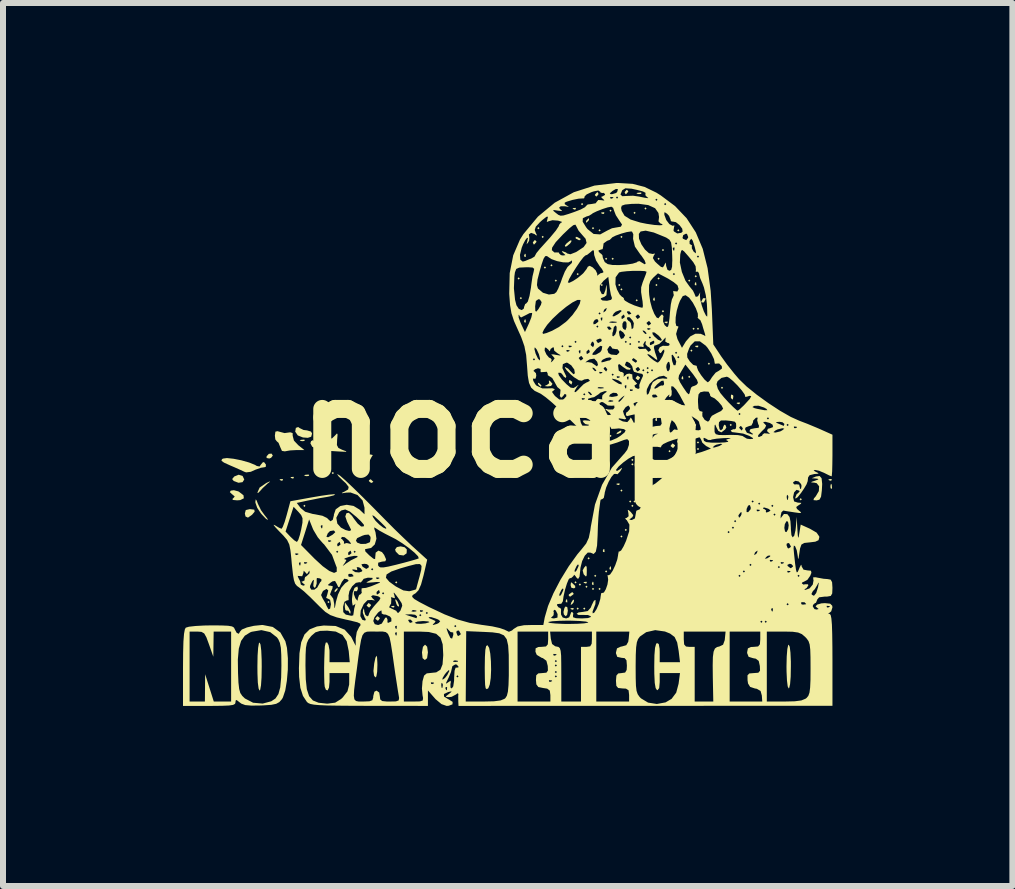
<source format=kicad_pcb>
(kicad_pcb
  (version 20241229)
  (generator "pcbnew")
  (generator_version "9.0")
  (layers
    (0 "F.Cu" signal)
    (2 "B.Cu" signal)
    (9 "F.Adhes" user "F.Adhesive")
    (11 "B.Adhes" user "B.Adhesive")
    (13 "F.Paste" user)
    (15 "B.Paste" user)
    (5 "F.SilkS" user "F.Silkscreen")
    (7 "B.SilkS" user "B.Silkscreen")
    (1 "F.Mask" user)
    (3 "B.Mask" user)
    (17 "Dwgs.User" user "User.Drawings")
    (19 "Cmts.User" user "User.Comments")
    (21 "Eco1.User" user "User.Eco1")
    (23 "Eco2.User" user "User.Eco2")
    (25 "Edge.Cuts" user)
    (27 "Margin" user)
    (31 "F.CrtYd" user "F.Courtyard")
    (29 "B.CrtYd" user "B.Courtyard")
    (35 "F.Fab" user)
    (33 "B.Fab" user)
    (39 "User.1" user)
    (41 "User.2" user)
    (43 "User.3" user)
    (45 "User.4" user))
  (footprint "nocap"
    (layer "F.Cu")
    (at 5.321 4.087)
    (property "Reference" "nocap" (at 0 0 0) (layer "F.SilkS") (effects (font (size 1.5 1.5) (thickness 0.3))))
    (attr board_only exclude_from_pos_files exclude_from_bom)
    (fp_poly (pts (xy -3.28 1.294) (xy -3.298 1.312) (xy -3.316 1.294) (xy -3.298 1.275)) (stroke (width 0) (type solid)) (fill yes) (layer "F.SilkS"))
    (fp_poly (pts (xy -2.879 2.897) (xy -2.897 2.915) (xy -2.915 2.897) (xy -2.897 2.879)) (stroke (width 0) (type solid)) (fill yes) (layer "F.SilkS"))
    (fp_poly (pts (xy -2.806 0.747) (xy -2.824 0.765) (xy -2.842 0.747) (xy -2.824 0.729)) (stroke (width 0) (type solid)) (fill yes) (layer "F.SilkS"))
    (fp_poly (pts (xy -1.749 2.569) (xy -1.767 2.587) (xy -1.786 2.569) (xy -1.767 2.551)) (stroke (width 0) (type solid)) (fill yes) (layer "F.SilkS"))
    (fp_poly (pts (xy 0.292 -2.496) (xy 0.273 -2.478) (xy 0.255 -2.496) (xy 0.273 -2.514)) (stroke (width 0) (type solid)) (fill yes) (layer "F.SilkS"))
    (fp_poly (pts (xy 0.328 -2.168) (xy 0.31 -2.15) (xy 0.292 -2.168) (xy 0.31 -2.187)) (stroke (width 0) (type solid)) (fill yes) (layer "F.SilkS"))
    (fp_poly (pts (xy 0.62 -3.334) (xy 0.601 -3.316) (xy 0.583 -3.334) (xy 0.601 -3.353)) (stroke (width 0) (type solid)) (fill yes) (layer "F.SilkS"))
    (fp_poly (pts (xy 0.692 -3.189) (xy 0.674 -3.17) (xy 0.656 -3.189) (xy 0.674 -3.207)) (stroke (width 0) (type solid)) (fill yes) (layer "F.SilkS"))
    (fp_poly (pts (xy 0.729 -2.678) (xy 0.711 -2.66) (xy 0.692 -2.678) (xy 0.711 -2.697)) (stroke (width 0) (type solid)) (fill yes) (layer "F.SilkS"))
    (fp_poly (pts (xy 0.838 -2.715) (xy 0.82 -2.697) (xy 0.802 -2.715) (xy 0.82 -2.733)) (stroke (width 0) (type solid)) (fill yes) (layer "F.SilkS"))
    (fp_poly (pts (xy 0.911 -2.46) (xy 0.893 -2.442) (xy 0.875 -2.46) (xy 0.893 -2.478)) (stroke (width 0) (type solid)) (fill yes) (layer "F.SilkS"))
    (fp_poly (pts (xy 1.239 2.569) (xy 1.221 2.587) (xy 1.203 2.569) (xy 1.221 2.551)) (stroke (width 0) (type solid)) (fill yes) (layer "F.SilkS"))
    (fp_poly (pts (xy 1.275 -2.569) (xy 1.257 -2.551) (xy 1.239 -2.569) (xy 1.257 -2.587)) (stroke (width 0) (type solid)) (fill yes) (layer "F.SilkS"))
    (fp_poly (pts (xy 1.275 3.006) (xy 1.257 3.025) (xy 1.239 3.006) (xy 1.257 2.988)) (stroke (width 0) (type solid)) (fill yes) (layer "F.SilkS"))
    (fp_poly (pts (xy 1.312 2.606) (xy 1.294 2.624) (xy 1.275 2.606) (xy 1.294 2.587)) (stroke (width 0) (type solid)) (fill yes) (layer "F.SilkS"))
    (fp_poly (pts (xy 1.348 -3.735) (xy 1.33 -3.717) (xy 1.312 -3.735) (xy 1.33 -3.754)) (stroke (width 0) (type solid)) (fill yes) (layer "F.SilkS"))
    (fp_poly (pts (xy 1.385 3.006) (xy 1.367 3.025) (xy 1.348 3.006) (xy 1.367 2.988)) (stroke (width 0) (type solid)) (fill yes) (layer "F.SilkS"))
    (fp_poly (pts (xy 1.421 2.642) (xy 1.403 2.66) (xy 1.385 2.642) (xy 1.403 2.624)) (stroke (width 0) (type solid)) (fill yes) (layer "F.SilkS"))
    (fp_poly (pts (xy 1.458 2.168) (xy 1.439 2.187) (xy 1.421 2.168) (xy 1.439 2.15)) (stroke (width 0) (type solid)) (fill yes) (layer "F.SilkS"))
    (fp_poly (pts (xy 1.531 -3.334) (xy 1.512 -3.316) (xy 1.494 -3.334) (xy 1.512 -3.353)) (stroke (width 0) (type solid)) (fill yes) (layer "F.SilkS"))
    (fp_poly (pts (xy 1.531 2.678) (xy 1.512 2.697) (xy 1.494 2.678) (xy 1.512 2.66)) (stroke (width 0) (type solid)) (fill yes) (layer "F.SilkS"))
    (fp_poly (pts (xy 1.567 2.46) (xy 1.549 2.478) (xy 1.531 2.46) (xy 1.549 2.442)) (stroke (width 0) (type solid)) (fill yes) (layer "F.SilkS"))
    (fp_poly (pts (xy 1.64 -3.298) (xy 1.622 -3.28) (xy 1.603 -3.298) (xy 1.622 -3.316)) (stroke (width 0) (type solid)) (fill yes) (layer "F.SilkS"))
    (fp_poly (pts (xy 1.64 2.678) (xy 1.622 2.697) (xy 1.603 2.678) (xy 1.622 2.66)) (stroke (width 0) (type solid)) (fill yes) (layer "F.SilkS"))
    (fp_poly (pts (xy 1.676 -2.387) (xy 1.658 -2.369) (xy 1.64 -2.387) (xy 1.658 -2.405)) (stroke (width 0) (type solid)) (fill yes) (layer "F.SilkS"))
    (fp_poly (pts (xy 1.749 -2.824) (xy 1.731 -2.806) (xy 1.713 -2.824) (xy 1.731 -2.842)) (stroke (width 0) (type solid)) (fill yes) (layer "F.SilkS"))
    (fp_poly (pts (xy 1.749 2.387) (xy 1.731 2.405) (xy 1.713 2.387) (xy 1.731 2.369)) (stroke (width 0) (type solid)) (fill yes) (layer "F.SilkS"))
    (fp_poly (pts (xy 1.822 -3.626) (xy 1.804 -3.608) (xy 1.786 -3.626) (xy 1.804 -3.644)) (stroke (width 0) (type solid)) (fill yes) (layer "F.SilkS"))
    (fp_poly (pts (xy 1.822 0.128) (xy 1.804 0.146) (xy 1.786 0.128) (xy 1.804 0.109)) (stroke (width 0) (type solid)) (fill yes) (layer "F.SilkS"))
    (fp_poly (pts (xy 1.859 -2.824) (xy 1.84 -2.806) (xy 1.822 -2.824) (xy 1.84 -2.842)) (stroke (width 0) (type solid)) (fill yes) (layer "F.SilkS"))
    (fp_poly (pts (xy 1.968 -2.387) (xy 1.95 -2.369) (xy 1.931 -2.387) (xy 1.95 -2.405)) (stroke (width 0) (type solid)) (fill yes) (layer "F.SilkS"))
    (fp_poly (pts (xy 2.004 -3.189) (xy 1.986 -3.17) (xy 1.968 -3.189) (xy 1.986 -3.207)) (stroke (width 0) (type solid)) (fill yes) (layer "F.SilkS"))
    (fp_poly (pts (xy 2.004 -2.314) (xy 1.986 -2.296) (xy 1.968 -2.314) (xy 1.986 -2.332)) (stroke (width 0) (type solid)) (fill yes) (layer "F.SilkS"))
    (fp_poly (pts (xy 2.004 1.039) (xy 1.986 1.057) (xy 1.968 1.039) (xy 1.986 1.02)) (stroke (width 0) (type solid)) (fill yes) (layer "F.SilkS"))
    (fp_poly (pts (xy 2.004 1.804) (xy 1.986 1.822) (xy 1.968 1.804) (xy 1.986 1.786)) (stroke (width 0) (type solid)) (fill yes) (layer "F.SilkS"))
    (fp_poly (pts (xy 2.077 1.695) (xy 2.059 1.713) (xy 2.041 1.695) (xy 2.059 1.676)) (stroke (width 0) (type solid)) (fill yes) (layer "F.SilkS"))
    (fp_poly (pts (xy 2.15 1.221) (xy 2.132 1.239) (xy 2.114 1.221) (xy 2.132 1.203)) (stroke (width 0) (type solid)) (fill yes) (layer "F.SilkS"))
    (fp_poly (pts (xy 2.187 0.528) (xy 2.168 0.547) (xy 2.15 0.528) (xy 2.168 0.51)) (stroke (width 0) (type solid)) (fill yes) (layer "F.SilkS"))
    (fp_poly (pts (xy 2.187 0.601) (xy 2.168 0.62) (xy 2.15 0.601) (xy 2.168 0.583)) (stroke (width 0) (type solid)) (fill yes) (layer "F.SilkS"))
    (fp_poly (pts (xy 2.187 1.294) (xy 2.168 1.312) (xy 2.15 1.294) (xy 2.168 1.275)) (stroke (width 0) (type solid)) (fill yes) (layer "F.SilkS"))
    (fp_poly (pts (xy 2.223 -3.59) (xy 2.205 -3.571) (xy 2.187 -3.59) (xy 2.205 -3.608)) (stroke (width 0) (type solid)) (fill yes) (layer "F.SilkS"))
    (fp_poly (pts (xy 2.223 1.221) (xy 2.205 1.239) (xy 2.187 1.221) (xy 2.205 1.203)) (stroke (width 0) (type solid)) (fill yes) (layer "F.SilkS"))
    (fp_poly (pts (xy 2.259 -2.132) (xy 2.241 -2.114) (xy 2.223 -2.132) (xy 2.241 -2.15)) (stroke (width 0) (type solid)) (fill yes) (layer "F.SilkS"))
    (fp_poly (pts (xy 2.296 1.257) (xy 2.278 1.275) (xy 2.259 1.257) (xy 2.278 1.239)) (stroke (width 0) (type solid)) (fill yes) (layer "F.SilkS"))
    (fp_poly (pts (xy 2.405 -3.662) (xy 2.387 -3.644) (xy 2.369 -3.662) (xy 2.387 -3.681)) (stroke (width 0) (type solid)) (fill yes) (layer "F.SilkS"))
    (fp_poly (pts (xy 2.405 0.638) (xy 2.387 0.656) (xy 2.369 0.638) (xy 2.387 0.62)) (stroke (width 0) (type solid)) (fill yes) (layer "F.SilkS"))
    (fp_poly (pts (xy 2.405 0.747) (xy 2.387 0.765) (xy 2.369 0.747) (xy 2.387 0.729)) (stroke (width 0) (type solid)) (fill yes) (layer "F.SilkS"))
    (fp_poly (pts (xy 2.442 0.966) (xy 2.423 0.984) (xy 2.405 0.966) (xy 2.423 0.947)) (stroke (width 0) (type solid)) (fill yes) (layer "F.SilkS"))
    (fp_poly (pts (xy 2.587 -2.387) (xy 2.569 -2.369) (xy 2.551 -2.387) (xy 2.569 -2.405)) (stroke (width 0) (type solid)) (fill yes) (layer "F.SilkS"))
    (fp_poly (pts (xy 2.587 0.674) (xy 2.569 0.692) (xy 2.551 0.674) (xy 2.569 0.656)) (stroke (width 0) (type solid)) (fill yes) (layer "F.SilkS"))
    (fp_poly (pts (xy 2.624 -2.824) (xy 2.606 -2.806) (xy 2.587 -2.824) (xy 2.606 -2.842)) (stroke (width 0) (type solid)) (fill yes) (layer "F.SilkS"))
    (fp_poly (pts (xy 2.624 -2.496) (xy 2.606 -2.478) (xy 2.587 -2.496) (xy 2.606 -2.514)) (stroke (width 0) (type solid)) (fill yes) (layer "F.SilkS"))
    (fp_poly (pts (xy 2.66 0.747) (xy 2.642 0.765) (xy 2.624 0.747) (xy 2.642 0.729)) (stroke (width 0) (type solid)) (fill yes) (layer "F.SilkS"))
    (fp_poly (pts (xy 2.697 -2.97) (xy 2.678 -2.952) (xy 2.66 -2.97) (xy 2.678 -2.988)) (stroke (width 0) (type solid)) (fill yes) (layer "F.SilkS"))
    (fp_poly (pts (xy 2.697 -1.95) (xy 2.678 -1.931) (xy 2.66 -1.95) (xy 2.678 -1.968)) (stroke (width 0) (type solid)) (fill yes) (layer "F.SilkS"))
    (fp_poly (pts (xy 2.77 -0.419) (xy 2.751 -0.401) (xy 2.733 -0.419) (xy 2.751 -0.437)) (stroke (width 0) (type solid)) (fill yes) (layer "F.SilkS"))
    (fp_poly (pts (xy 2.806 0.383) (xy 2.788 0.401) (xy 2.77 0.383) (xy 2.788 0.364)) (stroke (width 0) (type solid)) (fill yes) (layer "F.SilkS"))
    (fp_poly (pts (xy 2.879 -0.128) (xy 2.861 -0.109) (xy 2.842 -0.128) (xy 2.861 -0.146)) (stroke (width 0) (type solid)) (fill yes) (layer "F.SilkS"))
    (fp_poly (pts (xy 2.952 -3.298) (xy 2.934 -3.28) (xy 2.915 -3.298) (xy 2.934 -3.316)) (stroke (width 0) (type solid)) (fill yes) (layer "F.SilkS"))
    (fp_poly (pts (xy 2.988 0.419) (xy 2.97 0.437) (xy 2.952 0.419) (xy 2.97 0.401)) (stroke (width 0) (type solid)) (fill yes) (layer "F.SilkS"))
    (fp_poly (pts (xy 3.025 -0.2) (xy 3.006 -0.182) (xy 2.988 -0.2) (xy 3.006 -0.219)) (stroke (width 0) (type solid)) (fill yes) (layer "F.SilkS"))
    (fp_poly (pts (xy 3.098 0.383) (xy 3.079 0.401) (xy 3.061 0.383) (xy 3.079 0.364)) (stroke (width 0) (type solid)) (fill yes) (layer "F.SilkS"))
    (fp_poly (pts (xy 3.134 -2.46) (xy 3.116 -2.442) (xy 3.098 -2.46) (xy 3.116 -2.478)) (stroke (width 0) (type solid)) (fill yes) (layer "F.SilkS"))
    (fp_poly (pts (xy 3.134 -0.856) (xy 3.116 -0.838) (xy 3.098 -0.856) (xy 3.116 -0.875)) (stroke (width 0) (type solid)) (fill yes) (layer "F.SilkS"))
    (fp_poly (pts (xy 3.17 -1.294) (xy 3.152 -1.275) (xy 3.134 -1.294) (xy 3.152 -1.312)) (stroke (width 0) (type solid)) (fill yes) (layer "F.SilkS"))
    (fp_poly (pts (xy 3.207 -1.658) (xy 3.189 -1.64) (xy 3.17 -1.658) (xy 3.189 -1.676)) (stroke (width 0) (type solid)) (fill yes) (layer "F.SilkS"))
    (fp_poly (pts (xy 3.243 -2.533) (xy 3.225 -2.514) (xy 3.207 -2.533) (xy 3.225 -2.551)) (stroke (width 0) (type solid)) (fill yes) (layer "F.SilkS"))
    (fp_poly (pts (xy 3.28 -1.658) (xy 3.262 -1.64) (xy 3.243 -1.658) (xy 3.262 -1.676)) (stroke (width 0) (type solid)) (fill yes) (layer "F.SilkS"))
    (fp_poly (pts (xy 3.28 0.237) (xy 3.262 0.255) (xy 3.243 0.237) (xy 3.262 0.219)) (stroke (width 0) (type solid)) (fill yes) (layer "F.SilkS"))
    (fp_poly (pts (xy 3.28 0.346) (xy 3.262 0.364) (xy 3.243 0.346) (xy 3.262 0.328)) (stroke (width 0) (type solid)) (fill yes) (layer "F.SilkS"))
    (fp_poly (pts (xy 3.462 -1.075) (xy 3.444 -1.057) (xy 3.426 -1.075) (xy 3.444 -1.093)) (stroke (width 0) (type solid)) (fill yes) (layer "F.SilkS"))
    (fp_poly (pts (xy 3.681 -0.674) (xy 3.662 -0.656) (xy 3.644 -0.674) (xy 3.662 -0.692)) (stroke (width 0) (type solid)) (fill yes) (layer "F.SilkS"))
    (fp_poly (pts (xy 3.826 -0.055) (xy 3.808 -0.036) (xy 3.79 -0.055) (xy 3.808 -0.073)) (stroke (width 0) (type solid)) (fill yes) (layer "F.SilkS"))
    (fp_poly (pts (xy 4.993 1.184) (xy 4.974 1.203) (xy 4.956 1.184) (xy 4.974 1.166)) (stroke (width 0) (type solid)) (fill yes) (layer "F.SilkS"))
    (fp_poly (pts (xy -3.656 0.85) (xy -3.661 0.872) (xy -3.681 0.875) (xy -3.711 0.861) (xy -3.705 0.85) (xy -3.662 0.846)) (stroke (width 0) (type solid)) (fill yes) (layer "F.SilkS"))
    (fp_poly (pts (xy -3.474 0.814) (xy -3.479 0.836) (xy -3.498 0.838) (xy -3.528 0.825) (xy -3.523 0.814) (xy -3.479 0.81)) (stroke (width 0) (type solid)) (fill yes) (layer "F.SilkS"))
    (fp_poly (pts (xy -3.29 0.197) (xy -3.301 0.213) (xy -3.337 0.216) (xy -3.376 0.207) (xy -3.359 0.194) (xy -3.303 0.189)) (stroke (width 0) (type solid)) (fill yes) (layer "F.SilkS"))
    (fp_poly (pts (xy -3.217 0.78) (xy -3.228 0.796) (xy -3.265 0.799) (xy -3.303 0.79) (xy -3.287 0.777) (xy -3.23 0.772)) (stroke (width 0) (type solid)) (fill yes) (layer "F.SilkS"))
    (fp_poly (pts (xy -2.998 0.743) (xy -3.009 0.76) (xy -3.046 0.762) (xy -3.085 0.754) (xy -3.068 0.74) (xy -3.011 0.736)) (stroke (width 0) (type solid)) (fill yes) (layer "F.SilkS"))
    (fp_poly (pts (xy -1.798 2.964) (xy -1.803 2.986) (xy -1.822 2.988) (xy -1.852 2.975) (xy -1.846 2.964) (xy -1.803 2.96)) (stroke (width 0) (type solid)) (fill yes) (layer "F.SilkS"))
    (fp_poly (pts (xy 0.389 -2.903) (xy 0.393 -2.86) (xy 0.389 -2.855) (xy 0.367 -2.86) (xy 0.364 -2.879) (xy 0.378 -2.909)) (stroke (width 0) (type solid)) (fill yes) (layer "F.SilkS"))
    (fp_poly (pts (xy 0.389 -1.81) (xy 0.393 -1.767) (xy 0.389 -1.761) (xy 0.367 -1.766) (xy 0.364 -1.786) (xy 0.378 -1.816)) (stroke (width 0) (type solid)) (fill yes) (layer "F.SilkS"))
    (fp_poly (pts (xy 1.081 2.855) (xy 1.085 2.898) (xy 1.081 2.903) (xy 1.059 2.898) (xy 1.057 2.879) (xy 1.07 2.849)) (stroke (width 0) (type solid)) (fill yes) (layer "F.SilkS"))
    (fp_poly (pts (xy 1.19 3) (xy 1.185 3.022) (xy 1.166 3.025) (xy 1.136 3.011) (xy 1.142 3) (xy 1.185 2.996)) (stroke (width 0) (type solid)) (fill yes) (layer "F.SilkS"))
    (fp_poly (pts (xy 1.227 -3.668) (xy 1.222 -3.647) (xy 1.203 -3.644) (xy 1.173 -3.658) (xy 1.178 -3.668) (xy 1.222 -3.673)) (stroke (width 0) (type solid)) (fill yes) (layer "F.SilkS"))
    (fp_poly (pts (xy 1.409 2.563) (xy 1.404 2.585) (xy 1.385 2.587) (xy 1.355 2.574) (xy 1.36 2.563) (xy 1.404 2.559)) (stroke (width 0) (type solid)) (fill yes) (layer "F.SilkS"))
    (fp_poly (pts (xy 1.518 2.563) (xy 1.523 2.606) (xy 1.518 2.612) (xy 1.497 2.607) (xy 1.494 2.587) (xy 1.507 2.557)) (stroke (width 0) (type solid)) (fill yes) (layer "F.SilkS"))
    (fp_poly (pts (xy 1.701 -3.596) (xy 1.696 -3.574) (xy 1.676 -3.571) (xy 1.646 -3.585) (xy 1.652 -3.596) (xy 1.695 -3.6)) (stroke (width 0) (type solid)) (fill yes) (layer "F.SilkS"))
    (fp_poly (pts (xy 1.701 2.016) (xy 1.705 2.06) (xy 1.701 2.065) (xy 1.679 2.06) (xy 1.676 2.041) (xy 1.69 2.011)) (stroke (width 0) (type solid)) (fill yes) (layer "F.SilkS"))
    (fp_poly (pts (xy 1.737 0.049) (xy 1.741 0.092) (xy 1.737 0.097) (xy 1.715 0.092) (xy 1.713 0.073) (xy 1.726 0.043)) (stroke (width 0) (type solid)) (fill yes) (layer "F.SilkS"))
    (fp_poly (pts (xy 1.81 2.308) (xy 1.814 2.351) (xy 1.81 2.357) (xy 1.788 2.352) (xy 1.786 2.332) (xy 1.799 2.302)) (stroke (width 0) (type solid)) (fill yes) (layer "F.SilkS"))
    (fp_poly (pts (xy 1.956 0.923) (xy 1.951 0.945) (xy 1.931 0.947) (xy 1.901 0.934) (xy 1.907 0.923) (xy 1.95 0.919)) (stroke (width 0) (type solid)) (fill yes) (layer "F.SilkS"))
    (fp_poly (pts (xy 2.322 -3.921) (xy 2.312 -3.905) (xy 2.275 -3.902) (xy 2.236 -3.911) (xy 2.253 -3.924) (xy 2.31 -3.929)) (stroke (width 0) (type solid)) (fill yes) (layer "F.SilkS"))
    (fp_poly (pts (xy 2.539 -2.174) (xy 2.543 -2.131) (xy 2.539 -2.126) (xy 2.517 -2.131) (xy 2.514 -2.15) (xy 2.528 -2.18)) (stroke (width 0) (type solid)) (fill yes) (layer "F.SilkS"))
    (fp_poly (pts (xy 2.575 -0.17) (xy 2.58 -0.127) (xy 2.575 -0.121) (xy 2.554 -0.126) (xy 2.551 -0.146) (xy 2.564 -0.176)) (stroke (width 0) (type solid)) (fill yes) (layer "F.SilkS"))
    (fp_poly (pts (xy 2.575 0.777) (xy 2.58 0.821) (xy 2.575 0.826) (xy 2.554 0.821) (xy 2.551 0.802) (xy 2.564 0.772)) (stroke (width 0) (type solid)) (fill yes) (layer "F.SilkS"))
    (fp_poly (pts (xy 2.757 -1.774) (xy 2.752 -1.752) (xy 2.733 -1.749) (xy 2.703 -1.763) (xy 2.709 -1.774) (xy 2.752 -1.778)) (stroke (width 0) (type solid)) (fill yes) (layer "F.SilkS"))
    (fp_poly (pts (xy 2.94 0.194) (xy 2.944 0.238) (xy 2.94 0.243) (xy 2.918 0.238) (xy 2.915 0.219) (xy 2.929 0.189)) (stroke (width 0) (type solid)) (fill yes) (layer "F.SilkS"))
    (fp_poly (pts (xy 3.013 -0.862) (xy 3.017 -0.819) (xy 3.013 -0.814) (xy 2.991 -0.819) (xy 2.988 -0.838) (xy 3.002 -0.868)) (stroke (width 0) (type solid)) (fill yes) (layer "F.SilkS"))
    (fp_poly (pts (xy 3.231 -2.429) (xy 3.236 -2.386) (xy 3.231 -2.381) (xy 3.21 -2.386) (xy 3.207 -2.405) (xy 3.22 -2.435)) (stroke (width 0) (type solid)) (fill yes) (layer "F.SilkS"))
    (fp_poly (pts (xy 3.231 -0.061) (xy 3.226 -0.039) (xy 3.207 -0.036) (xy 3.177 -0.05) (xy 3.183 -0.061) (xy 3.226 -0.065)) (stroke (width 0) (type solid)) (fill yes) (layer "F.SilkS"))
    (fp_poly (pts (xy 3.268 -1.373) (xy 3.263 -1.351) (xy 3.243 -1.348) (xy 3.213 -1.362) (xy 3.219 -1.373) (xy 3.262 -1.377)) (stroke (width 0) (type solid)) (fill yes) (layer "F.SilkS"))
    (fp_poly (pts (xy 3.96 -0.425) (xy 3.955 -0.403) (xy 3.936 -0.401) (xy 3.906 -0.414) (xy 3.911 -0.425) (xy 3.955 -0.43)) (stroke (width 0) (type solid)) (fill yes) (layer "F.SilkS"))
    (fp_poly (pts (xy 5.491 0.85) (xy 5.486 0.872) (xy 5.466 0.875) (xy 5.436 0.861) (xy 5.442 0.85) (xy 5.485 0.846)) (stroke (width 0) (type solid)) (fill yes) (layer "F.SilkS"))
    (fp_poly (pts (xy 5.491 0.941) (xy 5.496 0.998) (xy 5.488 1.011) (xy 5.472 1) (xy 5.469 0.963) (xy 5.478 0.924)) (stroke (width 0) (type solid)) (fill yes) (layer "F.SilkS"))
    (fp_poly (pts (xy -3.824 0.456) (xy -3.853 0.493) (xy -3.883 0.505) (xy -3.928 0.496) (xy -3.928 0.468) (xy -3.891 0.427) (xy -3.845 0.423)) (stroke (width 0) (type solid)) (fill yes) (layer "F.SilkS"))
    (fp_poly (pts (xy -1.745 2.891) (xy -1.721 2.951) (xy -1.723 2.974) (xy -1.748 2.961) (xy -1.763 2.932) (xy -1.784 2.863) (xy -1.775 2.849)) (stroke (width 0) (type solid)) (fill yes) (layer "F.SilkS"))
    (fp_poly (pts (xy 0.614 -0.751) (xy 0.653 -0.714) (xy 0.645 -0.693) (xy 0.64 -0.692) (xy 0.609 -0.718) (xy 0.598 -0.734) (xy 0.594 -0.759)) (stroke (width 0) (type solid)) (fill yes) (layer "F.SilkS"))
    (fp_poly (pts (xy 1.191 2.898) (xy 1.171 2.925) (xy 1.14 2.948) (xy 1.148 2.912) (xy 1.15 2.905) (xy 1.179 2.86) (xy 1.196 2.86)) (stroke (width 0) (type solid)) (fill yes) (layer "F.SilkS"))
    (fp_poly (pts (xy 1.255 -3.184) (xy 1.307 -3.155) (xy 1.298 -3.136) (xy 1.278 -3.134) (xy 1.228 -3.16) (xy 1.221 -3.17) (xy 1.227 -3.191)) (stroke (width 0) (type solid)) (fill yes) (layer "F.SilkS"))
    (fp_poly (pts (xy 1.389 -0.269) (xy 1.418 -0.226) (xy 1.416 -0.202) (xy 1.385 -0.214) (xy 1.356 -0.241) (xy 1.333 -0.282) (xy 1.345 -0.292)) (stroke (width 0) (type solid)) (fill yes) (layer "F.SilkS"))
    (fp_poly (pts (xy 1.987 0.043) (xy 1.976 0.071) (xy 1.942 0.089) (xy 1.9 0.1) (xy 1.917 0.073) (xy 1.922 0.068) (xy 1.969 0.04)) (stroke (width 0) (type solid)) (fill yes) (layer "F.SilkS"))
    (fp_poly (pts (xy 3.847 -0.55) (xy 3.851 -0.527) (xy 3.843 -0.477) (xy 3.816 -0.497) (xy 3.81 -0.508) (xy 3.812 -0.554) (xy 3.82 -0.561)) (stroke (width 0) (type solid)) (fill yes) (layer "F.SilkS"))
    (fp_poly (pts (xy -4.328 0.795) (xy -4.3 0.855) (xy -4.329 0.899) (xy -4.396 0.909) (xy -4.475 0.88) (xy -4.502 0.847) (xy -4.466 0.804) (xy -4.393 0.775)) (stroke (width 0) (type solid)) (fill yes) (layer "F.SilkS"))
    (fp_poly (pts (xy -2.745 2.684) (xy -2.751 2.697) (xy -2.786 2.732) (xy -2.792 2.733) (xy -2.795 2.71) (xy -2.788 2.697) (xy -2.753 2.662) (xy -2.747 2.66)) (stroke (width 0) (type solid)) (fill yes) (layer "F.SilkS"))
    (fp_poly (pts (xy -2.188 2.943) (xy -2.187 2.952) (xy -2.214 2.987) (xy -2.223 2.988) (xy -2.258 2.961) (xy -2.259 2.952) (xy -2.232 2.916) (xy -2.223 2.915)) (stroke (width 0) (type solid)) (fill yes) (layer "F.SilkS"))
    (fp_poly (pts (xy -2.187 0.856) (xy -2.152 0.889) (xy -2.15 0.895) (xy -2.178 0.911) (xy -2.187 0.911) (xy -2.222 0.883) (xy -2.223 0.872) (xy -2.201 0.851)) (stroke (width 0) (type solid)) (fill yes) (layer "F.SilkS"))
    (fp_poly (pts (xy -2.042 3.162) (xy -2.041 3.17) (xy -2.068 3.206) (xy -2.077 3.207) (xy -2.113 3.179) (xy -2.114 3.17) (xy -2.086 3.135) (xy -2.077 3.134)) (stroke (width 0) (type solid)) (fill yes) (layer "F.SilkS"))
    (fp_poly (pts (xy 0.571 -3.112) (xy 0.565 -3.098) (xy 0.532 -3.063) (xy 0.526 -3.061) (xy 0.511 -3.089) (xy 0.51 -3.098) (xy 0.538 -3.133) (xy 0.549 -3.134)) (stroke (width 0) (type solid)) (fill yes) (layer "F.SilkS"))
    (fp_poly (pts (xy 1.084 2.983) (xy 1.093 3.041) (xy 1.081 3.11) (xy 1.057 3.134) (xy 1.027 3.104) (xy 1.02 3.063) (xy 1.037 2.994) (xy 1.057 2.97)) (stroke (width 0) (type solid)) (fill yes) (layer "F.SilkS"))
    (fp_poly (pts (xy 1.152 -3.112) (xy 1.13 -3.079) (xy 1.076 -3.033) (xy 1.05 -3.025) (xy 1.043 -3.045) (xy 1.07 -3.079) (xy 1.125 -3.124) (xy 1.15 -3.134)) (stroke (width 0) (type solid)) (fill yes) (layer "F.SilkS"))
    (fp_poly (pts (xy 1.159 2.574) (xy 1.211 2.624) (xy 1.215 2.627) (xy 1.216 2.657) (xy 1.195 2.669) (xy 1.151 2.658) (xy 1.139 2.616) (xy 1.145 2.57)) (stroke (width 0) (type solid)) (fill yes) (layer "F.SilkS"))
    (fp_poly (pts (xy 1.165 -0.775) (xy 1.166 -0.765) (xy 1.154 -0.73) (xy 1.15 -0.729) (xy 1.119 -0.754) (xy 1.111 -0.765) (xy 1.114 -0.799) (xy 1.128 -0.802)) (stroke (width 0) (type solid)) (fill yes) (layer "F.SilkS"))
    (fp_poly (pts (xy 1.19 2.756) (xy 1.184 2.77) (xy 1.136 2.805) (xy 1.125 2.806) (xy 1.106 2.784) (xy 1.111 2.77) (xy 1.16 2.735) (xy 1.17 2.733)) (stroke (width 0) (type solid)) (fill yes) (layer "F.SilkS"))
    (fp_poly (pts (xy 1.446 -3.475) (xy 1.439 -3.462) (xy 1.405 -3.427) (xy 1.399 -3.426) (xy 1.396 -3.449) (xy 1.403 -3.462) (xy 1.437 -3.497) (xy 1.444 -3.498)) (stroke (width 0) (type solid)) (fill yes) (layer "F.SilkS"))
    (fp_poly (pts (xy 1.603 -3.908) (xy 1.603 -3.899) (xy 1.575 -3.864) (xy 1.565 -3.863) (xy 1.543 -3.885) (xy 1.549 -3.899) (xy 1.582 -3.934) (xy 1.587 -3.936)) (stroke (width 0) (type solid)) (fill yes) (layer "F.SilkS"))
    (fp_poly (pts (xy 1.664 0.059) (xy 1.658 0.073) (xy 1.61 0.108) (xy 1.599 0.109) (xy 1.579 0.087) (xy 1.585 0.073) (xy 1.633 0.038) (xy 1.644 0.036)) (stroke (width 0) (type solid)) (fill yes) (layer "F.SilkS"))
    (fp_poly (pts (xy 2.101 -3.95) (xy 2.095 -3.936) (xy 2.063 -3.901) (xy 2.057 -3.899) (xy 2.041 -3.927) (xy 2.041 -3.936) (xy 2.069 -3.971) (xy 2.079 -3.972)) (stroke (width 0) (type solid)) (fill yes) (layer "F.SilkS"))
    (fp_poly (pts (xy 2.295 -0.847) (xy 2.296 -0.838) (xy 2.268 -0.803) (xy 2.259 -0.802) (xy 2.224 -0.829) (xy 2.223 -0.838) (xy 2.251 -0.874) (xy 2.259 -0.875)) (stroke (width 0) (type solid)) (fill yes) (layer "F.SilkS"))
    (fp_poly (pts (xy 2.477 0.829) (xy 2.478 0.838) (xy 2.45 0.874) (xy 2.442 0.875) (xy 2.406 0.847) (xy 2.405 0.838) (xy 2.433 0.803) (xy 2.442 0.802)) (stroke (width 0) (type solid)) (fill yes) (layer "F.SilkS"))
    (fp_poly (pts (xy 2.878 0.283) (xy 2.879 0.292) (xy 2.851 0.327) (xy 2.842 0.328) (xy 2.807 0.3) (xy 2.806 0.292) (xy 2.834 0.256) (xy 2.842 0.255)) (stroke (width 0) (type solid)) (fill yes) (layer "F.SilkS"))
    (fp_poly (pts (xy 3.386 -2.167) (xy 3.389 -2.154) (xy 3.363 -2.103) (xy 3.353 -2.095) (xy 3.319 -2.097) (xy 3.316 -2.109) (xy 3.343 -2.161) (xy 3.353 -2.168)) (stroke (width 0) (type solid)) (fill yes) (layer "F.SilkS"))
    (fp_poly (pts (xy -4.133 1.357) (xy -4.127 1.391) (xy -4.17 1.442) (xy -4.238 1.49) (xy -4.279 1.471) (xy -4.29 1.421) (xy -4.275 1.364) (xy -4.207 1.348) (xy -4.207 1.348)) (stroke (width 0) (type solid)) (fill yes) (layer "F.SilkS"))
    (fp_poly (pts (xy 1.407 2.313) (xy 1.409 2.37) (xy 1.407 2.452) (xy 1.395 2.472) (xy 1.363 2.441) (xy 1.356 2.432) (xy 1.34 2.37) (xy 1.364 2.324) (xy 1.395 2.29)) (stroke (width 0) (type solid)) (fill yes) (layer "F.SilkS"))
    (fp_poly (pts (xy -3.875 0.894) (xy -3.918 0.928) (xy -3.994 0.999) (xy -4.036 1.046) (xy -4.071 1.081) (xy -4.081 1.073) (xy -4.044 0.989) (xy -3.936 0.915) (xy -3.936 0.914) (xy -3.875 0.886)) (stroke (width 0) (type solid)) (fill yes) (layer "F.SilkS"))
    (fp_poly (pts (xy -2.565 2.982) (xy -2.53 3.05) (xy -2.529 3.088) (xy -2.549 3.081) (xy -2.551 3.065) (xy -2.572 3.038) (xy -2.587 3.043) (xy -2.615 3.031) (xy -2.624 2.982) (xy -2.624 2.899)) (stroke (width 0) (type solid)) (fill yes) (layer "F.SilkS"))
    (fp_poly (pts (xy -1.627 1.984) (xy -1.591 2.02) (xy -1.594 2.085) (xy -1.645 2.121) (xy -1.718 2.111) (xy -1.722 2.109) (xy -1.775 2.056) (xy -1.786 2.021) (xy -1.757 1.981) (xy -1.694 1.969)) (stroke (width 0) (type solid)) (fill yes) (layer "F.SilkS"))
    (fp_poly (pts (xy 0.796 -0.787) (xy 0.837 -0.74) (xy 0.813 -0.704) (xy 0.756 -0.697) (xy 0.707 -0.703) (xy 0.727 -0.714) (xy 0.738 -0.718) (xy 0.781 -0.749) (xy 0.778 -0.774) (xy 0.777 -0.796)) (stroke (width 0) (type solid)) (fill yes) (layer "F.SilkS"))
    (fp_poly (pts (xy -1.252 3.641) (xy -1.239 3.735) (xy -1.239 3.735) (xy -1.253 3.833) (xy -1.29 3.863) (xy -1.328 3.832) (xy -1.338 3.737) (xy -1.338 3.735) (xy -1.322 3.643) (xy -1.288 3.608) (xy -1.286 3.608)) (stroke (width 0) (type solid)) (fill yes) (layer "F.SilkS"))
    (fp_poly (pts (xy -3.378 -0.003) (xy -3.312 0.029) (xy -3.254 0.036) (xy -3.187 0.056) (xy -3.17 0.089) (xy -3.185 0.142) (xy -3.241 0.16) (xy -3.322 0.154) (xy -3.408 0.12) (xy -3.451 0.057) (xy -3.44 -0.006) (xy -3.401 -0.02)) (stroke (width 0) (type solid)) (fill yes) (layer "F.SilkS"))
    (fp_poly (pts (xy -2.087 3.815) (xy -2.082 3.905) (xy -2.081 3.945) (xy -2.085 4.06) (xy -2.098 4.135) (xy -2.114 4.154) (xy -2.137 4.123) (xy -2.147 4.045) (xy -2.146 4.036) (xy -2.134 3.92) (xy -2.114 3.826) (xy -2.097 3.791)) (stroke (width 0) (type solid)) (fill yes) (layer "F.SilkS"))
    (fp_poly (pts (xy -4.093 1.206) (xy -4.074 1.257) (xy -4.021 1.366) (xy -3.961 1.449) (xy -3.916 1.505) (xy -3.907 1.53) (xy -3.908 1.531) (xy -3.943 1.505) (xy -4.003 1.442) (xy -4.024 1.418) (xy -4.084 1.327) (xy -4.114 1.242) (xy -4.115 1.227) (xy -4.109 1.185)) (stroke (width 0) (type solid)) (fill yes) (layer "F.SilkS"))
    (fp_poly (pts (xy -4.401 1.052) (xy -4.388 1.059) (xy -4.313 1.117) (xy -4.307 1.168) (xy -4.367 1.198) (xy -4.419 1.202) (xy -4.492 1.195) (xy -4.496 1.176) (xy -4.487 1.17) (xy -4.459 1.138) (xy -4.496 1.105) (xy -4.501 1.103) (xy -4.54 1.065) (xy -4.525 1.04) (xy -4.473 1.033)) (stroke (width 0) (type solid)) (fill yes) (layer "F.SilkS"))
    (fp_poly (pts (xy -4.029 3.606) (xy -4.017 3.704) (xy -4.01 3.857) (xy -4.009 3.972) (xy -4.012 4.153) (xy -4.021 4.285) (xy -4.035 4.36) (xy -4.045 4.373) (xy -4.061 4.338) (xy -4.074 4.24) (xy -4.08 4.087) (xy -4.081 3.972) (xy -4.078 3.791) (xy -4.069 3.659) (xy -4.056 3.584) (xy -4.045 3.571)) (stroke (width 0) (type solid)) (fill yes) (layer "F.SilkS"))
    (fp_poly (pts (xy 4.791 3.642) (xy 4.803 3.739) (xy 4.81 3.888) (xy 4.81 3.972) (xy 4.807 4.141) (xy 4.797 4.264) (xy 4.782 4.329) (xy 4.774 4.337) (xy 4.757 4.302) (xy 4.745 4.205) (xy 4.738 4.056) (xy 4.737 3.972) (xy 4.741 3.803) (xy 4.751 3.68) (xy 4.765 3.615) (xy 4.774 3.608)) (stroke (width 0) (type solid)) (fill yes) (layer "F.SilkS"))
    (fp_poly (pts (xy -2.157 0.447) (xy -2.179 0.481) (xy -2.218 0.555) (xy -2.223 0.588) (xy -2.244 0.66) (xy -2.307 0.671) (xy -2.323 0.666) (xy -2.353 0.632) (xy -2.348 0.616) (xy -2.358 0.577) (xy -2.384 0.561) (xy -2.426 0.529) (xy -2.41 0.501) (xy -2.351 0.496) (xy -2.332 0.5) (xy -2.274 0.499) (xy -2.259 0.478) (xy -2.229 0.443) (xy -2.197 0.437)) (stroke (width 0) (type solid)) (fill yes) (layer "F.SilkS"))
    (fp_poly (pts (xy -0.246 3.617) (xy -0.219 3.66) (xy -0.2 3.756) (xy -0.189 3.885) (xy -0.186 4.026) (xy -0.192 4.162) (xy -0.208 4.27) (xy -0.232 4.332) (xy -0.236 4.336) (xy -0.26 4.349) (xy -0.277 4.333) (xy -0.286 4.276) (xy -0.29 4.169) (xy -0.292 4) (xy -0.292 3.992) (xy -0.289 3.811) (xy -0.282 3.694) (xy -0.269 3.632) (xy -0.249 3.616)) (stroke (width 0) (type solid)) (fill yes) (layer "F.SilkS"))
    (fp_poly (pts (xy -3.726 0.055) (xy -3.628 0.081) (xy -3.535 0.068) (xy -3.494 0.08) (xy -3.493 0.126) (xy -3.472 0.206) (xy -3.402 0.281) (xy -3.298 0.364) (xy -3.432 0.364) (xy -3.537 0.37) (xy -3.616 0.384) (xy -3.621 0.386) (xy -3.672 0.378) (xy -3.701 0.313) (xy -3.729 0.243) (xy -3.757 0.219) (xy -3.782 0.187) (xy -3.79 0.124) (xy -3.781 0.057) (xy -3.744 0.049)) (stroke (width 0) (type solid)) (fill yes) (layer "F.SilkS"))
    (fp_poly (pts (xy 5.322 0.834) (xy 5.332 0.929) (xy 5.326 1.038) (xy 5.313 1.141) (xy 5.287 1.19) (xy 5.239 1.203) (xy 5.238 1.203) (xy 5.187 1.198) (xy 5.194 1.17) (xy 5.224 1.136) (xy 5.276 1.048) (xy 5.281 0.968) (xy 5.24 0.916) (xy 5.202 0.907) (xy 5.148 0.903) (xy 5.159 0.892) (xy 5.211 0.875) (xy 5.269 0.853) (xy 5.259 0.843) (xy 5.229 0.839) (xy 5.157 0.833) (xy 5.229 0.804) (xy 5.289 0.796)) (stroke (width 0) (type solid)) (fill yes) (layer "F.SilkS"))
    (fp_poly (pts (xy -4.478 0.509) (xy -4.347 0.535) (xy -4.22 0.571) (xy -4.121 0.611) (xy -4.091 0.629) (xy -4.045 0.638) (xy -4.023 0.606) (xy -3.989 0.566) (xy -3.968 0.567) (xy -3.939 0.606) (xy -3.942 0.644) (xy -3.963 0.65) (xy -4.023 0.659) (xy -4.116 0.692) (xy -4.191 0.726) (xy -4.269 0.736) (xy -4.3 0.725) (xy -4.364 0.695) (xy -4.467 0.649) (xy -4.537 0.619) (xy -4.638 0.573) (xy -4.68 0.542) (xy -4.672 0.517) (xy -4.655 0.506) (xy -4.589 0.497)) (stroke (width 0) (type solid)) (fill yes) (layer "F.SilkS"))
    (fp_poly (pts (xy -2.95 0.095) (xy -2.947 0.102) (xy -2.9 0.171) (xy -2.838 0.17) (xy -2.784 0.118) (xy -2.754 0.086) (xy -2.745 0.106) (xy -2.752 0.188) (xy -2.752 0.188) (xy -2.756 0.28) (xy -2.731 0.329) (xy -2.669 0.359) (xy -2.602 0.384) (xy -2.601 0.393) (xy -2.66 0.391) (xy -2.75 0.386) (xy -2.876 0.378) (xy -2.94 0.374) (xy -3.079 0.351) (xy -3.168 0.308) (xy -3.198 0.251) (xy -3.187 0.216) (xy -3.155 0.198) (xy -3.127 0.232) (xy -3.08 0.286) (xy -3.039 0.269) (xy -3.007 0.18) (xy -3.003 0.156) (xy -2.985 0.074) (xy -2.97 0.056)) (stroke (width 0) (type solid)) (fill yes) (layer "F.SilkS"))
    (fp_poly (pts (xy -3.825 3.312) (xy -3.698 3.404) (xy -3.615 3.551) (xy -3.588 3.661) (xy -3.573 3.835) (xy -3.574 4.024) (xy -3.59 4.21) (xy -3.617 4.371) (xy -3.656 4.487) (xy -3.672 4.515) (xy -3.715 4.564) (xy -3.768 4.593) (xy -3.849 4.61) (xy -3.978 4.619) (xy -4.026 4.621) (xy -4.182 4.623) (xy -4.284 4.614) (xy -4.349 4.59) (xy -4.377 4.569) (xy -4.428 4.529) (xy -4.444 4.539) (xy -4.446 4.568) (xy -4.454 4.594) (xy -4.486 4.611) (xy -4.553 4.621) (xy -4.668 4.626) (xy -4.841 4.628) (xy -4.883 4.628) (xy -5.321 4.628) (xy -5.321 3.995) (xy -5.319 3.742) (xy -5.314 3.555) (xy -5.304 3.427) (xy -5.297 3.389) (xy -5.211 3.389) (xy -5.211 3.972) (xy -5.211 4.555) (xy -5.084 4.555) (xy -4.956 4.555) (xy -4.954 4.327) (xy -4.952 4.1) (xy -4.88 4.327) (xy -4.808 4.555) (xy -4.663 4.555) (xy -4.519 4.555) (xy -4.519 3.972) (xy -4.519 3.855) (xy -4.407 3.855) (xy -4.404 4.078) (xy -4.397 4.239) (xy -4.385 4.345) (xy -4.366 4.413) (xy -4.333 4.462) (xy -4.289 4.504) (xy -4.153 4.575) (xy -3.993 4.589) (xy -3.85 4.551) (xy -3.78 4.504) (xy -3.731 4.43) (xy -3.7 4.318) (xy -3.685 4.156) (xy -3.681 3.957) (xy -3.683 3.78) (xy -3.69 3.659) (xy -3.706 3.578) (xy -3.732 3.519) (xy -3.755 3.486) (xy -3.868 3.398) (xy -4.014 3.365) (xy -4.175 3.392) (xy -4.201 3.402) (xy -4.291 3.458) (xy -4.353 3.545) (xy -4.391 3.674) (xy -4.407 3.855) (xy -4.519 3.855) (xy -4.519 3.389) (xy -4.665 3.389) (xy -4.81 3.389) (xy -4.813 3.599) (xy -4.816 3.808) (xy -4.889 3.599) (xy -4.932 3.483) (xy -4.968 3.42) (xy -5.013 3.394) (xy -5.082 3.389) (xy -5.087 3.389) (xy -5.211 3.389) (xy -5.297 3.389) (xy -5.29 3.352) (xy -5.275 3.324) (xy -5.221 3.308) (xy -5.112 3.296) (xy -4.966 3.288) (xy -4.852 3.286) (xy -4.681 3.287) (xy -4.57 3.292) (xy -4.504 3.303) (xy -4.471 3.323) (xy -4.456 3.355) (xy -4.456 3.355) (xy -4.426 3.41) (xy -4.391 3.426) (xy -4.373 3.394) (xy -4.373 3.393) (xy -4.34 3.355) (xy -4.255 3.32) (xy -4.139 3.293) (xy -4.011 3.28) (xy -3.989 3.28)) (stroke (width 0) (type solid)) (fill yes) (layer "F.SilkS"))
    (fp_poly (pts (xy 2.172 -4.073) (xy 2.371 -4.022) (xy 2.569 -3.926) (xy 2.642 -3.88) (xy 2.88 -3.702) (xy 3.073 -3.499) (xy 3.225 -3.265) (xy 3.341 -2.99) (xy 3.422 -2.668) (xy 3.473 -2.291) (xy 3.493 -1.983) (xy 3.517 -1.397) (xy 3.648 -1.199) (xy 3.748 -1.06) (xy 3.868 -0.909) (xy 3.947 -0.817) (xy 4.073 -0.695) (xy 4.241 -0.559) (xy 4.433 -0.42) (xy 4.628 -0.292) (xy 4.808 -0.189) (xy 4.948 -0.126) (xy 5.086 -0.073) (xy 5.242 -0.008) (xy 5.311 0.022) (xy 5.503 0.108) (xy 5.503 0.455) (xy 5.501 0.604) (xy 5.498 0.721) (xy 5.492 0.79) (xy 5.489 0.802) (xy 5.45 0.787) (xy 5.376 0.75) (xy 5.37 0.747) (xy 5.28 0.709) (xy 5.211 0.695) (xy 5.189 0.706) (xy 5.229 0.729) (xy 5.273 0.751) (xy 5.252 0.76) (xy 5.202 0.763) (xy 5.122 0.783) (xy 5.097 0.82) (xy 5.09 0.883) (xy 5.071 0.935) (xy 5.031 1.003) (xy 4.983 1.074) (xy 4.924 1.149) (xy 4.889 1.173) (xy 4.883 1.159) (xy 4.907 1.098) (xy 4.929 1.083) (xy 4.956 1.053) (xy 4.949 1.04) (xy 4.904 1.027) (xy 4.864 1.069) (xy 4.847 1.147) (xy 4.847 1.15) (xy 4.864 1.22) (xy 4.926 1.24) (xy 4.929 1.24) (xy 4.985 1.244) (xy 4.972 1.263) (xy 4.944 1.28) (xy 4.899 1.313) (xy 4.911 1.344) (xy 4.944 1.372) (xy 4.975 1.398) (xy 4.98 1.411) (xy 4.95 1.413) (xy 4.874 1.403) (xy 4.739 1.382) (xy 4.684 1.372) (xy 4.654 1.399) (xy 4.64 1.458) (xy 4.64 1.504) (xy 4.651 1.485) (xy 4.694 1.429) (xy 4.751 1.432) (xy 4.788 1.479) (xy 4.803 1.552) (xy 4.81 1.658) (xy 4.81 1.679) (xy 4.819 1.782) (xy 4.84 1.819) (xy 4.866 1.791) (xy 4.887 1.702) (xy 4.893 1.649) (xy 4.907 1.476) (xy 4.918 1.676) (xy 4.925 1.785) (xy 4.932 1.827) (xy 4.941 1.807) (xy 4.952 1.742) (xy 4.974 1.606) (xy 5.129 1.676) (xy 5.239 1.74) (xy 5.283 1.804) (xy 5.284 1.818) (xy 5.271 1.866) (xy 5.218 1.891) (xy 5.129 1.902) (xy 5.034 1.912) (xy 4.986 1.939) (xy 4.963 2.004) (xy 4.952 2.077) (xy 4.939 2.164) (xy 4.93 2.18) (xy 4.925 2.132) (xy 4.908 2.034) (xy 4.881 1.968) (xy 4.86 1.955) (xy 4.855 2.002) (xy 4.863 2.095) (xy 4.881 2.258) (xy 4.895 2.357) (xy 4.907 2.401) (xy 4.922 2.398) (xy 4.942 2.356) (xy 4.955 2.323) (xy 4.98 2.274) (xy 4.989 2.291) (xy 4.99 2.305) (xy 5.021 2.357) (xy 5.083 2.369) (xy 5.145 2.375) (xy 5.152 2.41) (xy 5.132 2.46) (xy 5.085 2.527) (xy 5.041 2.551) (xy 4.997 2.572) (xy 4.993 2.586) (xy 5.019 2.606) (xy 5.047 2.601) (xy 5.094 2.601) (xy 5.102 2.617) (xy 5.073 2.663) (xy 5.056 2.673) (xy 5.033 2.689) (xy 5.054 2.694) (xy 5.122 2.669) (xy 5.175 2.605) (xy 5.188 2.534) (xy 5.185 2.526) (xy 5.181 2.485) (xy 5.225 2.484) (xy 5.251 2.49) (xy 5.356 2.509) (xy 5.421 2.514) (xy 5.474 2.524) (xy 5.497 2.567) (xy 5.503 2.66) (xy 5.499 2.754) (xy 5.475 2.795) (xy 5.413 2.806) (xy 5.375 2.806) (xy 5.281 2.818) (xy 5.248 2.856) (xy 5.248 2.861) (xy 5.228 2.909) (xy 5.211 2.915) (xy 5.179 2.945) (xy 5.175 2.97) (xy 5.204 3.015) (xy 5.239 3.022) (xy 5.273 3.013) (xy 5.257 3) (xy 5.222 2.97) (xy 5.227 2.964) (xy 5.406 2.964) (xy 5.411 2.986) (xy 5.43 2.988) (xy 5.46 2.975) (xy 5.454 2.964) (xy 5.411 2.96) (xy 5.406 2.964) (xy 5.227 2.964) (xy 5.247 2.94) (xy 5.318 2.919) (xy 5.377 2.915) (xy 5.465 2.924) (xy 5.499 2.958) (xy 5.503 2.985) (xy 5.482 3.052) (xy 5.457 3.073) (xy 5.43 3.09) (xy 5.457 3.095) (xy 5.473 3.113) (xy 5.485 3.17) (xy 5.494 3.273) (xy 5.499 3.429) (xy 5.502 3.646) (xy 5.503 3.862) (xy 5.503 4.626) (xy 2.387 4.627) (xy -0.729 4.628) (xy -0.733 4.555) (xy -0.609 4.555) (xy -0.307 4.555) (xy -0.138 4.551) (xy -0.028 4.537) (xy 0.037 4.51) (xy 0.052 4.498) (xy 0.077 4.458) (xy 0.094 4.39) (xy 0.104 4.282) (xy 0.109 4.121) (xy 0.109 3.995) (xy 0.108 3.777) (xy 0.098 3.621) (xy 0.074 3.516) (xy 0.027 3.452) (xy -0.05 3.418) (xy -0.164 3.402) (xy -0.298 3.395) (xy -0.601 3.382) (xy -0.605 3.969) (xy -0.609 4.555) (xy -0.733 4.555) (xy -0.733 4.546) (xy -0.734 4.465) (xy -0.731 4.428) (xy -0.745 4.417) (xy -0.77 4.437) (xy -0.844 4.476) (xy -0.889 4.482) (xy -0.939 4.479) (xy -0.93 4.46) (xy -0.891 4.43) (xy -0.843 4.391) (xy -0.858 4.387) (xy -0.902 4.397) (xy -0.972 4.43) (xy -0.971 4.472) (xy -0.9 4.516) (xy -0.891 4.52) (xy -0.827 4.561) (xy -0.83 4.602) (xy -0.894 4.626) (xy -0.928 4.628) (xy -1.013 4.598) (xy -1.111 4.516) (xy -1.126 4.499) (xy -1.239 4.37) (xy -1.239 4.499) (xy -1.239 4.628) (xy -2.219 4.627) (xy -2.514 4.626) (xy -2.745 4.624) (xy -2.921 4.621) (xy -3.049 4.615) (xy -3.138 4.607) (xy -3.196 4.596) (xy -3.232 4.581) (xy -3.255 4.563) (xy -3.322 4.461) (xy -3.365 4.326) (xy -3.386 4.144) (xy -3.389 3.997) (xy -3.387 3.954) (xy -3.28 3.954) (xy -3.275 4.184) (xy -3.257 4.351) (xy -3.219 4.466) (xy -3.156 4.537) (xy -3.062 4.575) (xy -2.932 4.589) (xy -2.903 4.589) (xy -2.785 4.574) (xy -2.687 4.513) (xy -2.657 4.485) (xy -2.638 4.46) (xy -2.474 4.46) (xy -2.465 4.518) (xy -2.438 4.546) (xy -2.393 4.555) (xy -2.326 4.555) (xy -2.314 4.555) (xy -2.213 4.551) (xy -2.165 4.533) (xy -2.151 4.489) (xy -2.15 4.464) (xy -2.131 4.391) (xy -2.095 4.373) (xy -2.051 4.405) (xy -2.041 4.464) (xy -2.034 4.52) (xy -2.001 4.547) (xy -1.923 4.555) (xy -1.874 4.555) (xy -1.773 4.553) (xy -1.727 4.537) (xy -1.719 4.497) (xy -1.726 4.455) (xy -1.739 4.378) (xy -1.759 4.249) (xy -1.784 4.087) (xy -1.803 3.954) (xy -1.833 3.741) (xy -1.857 3.589) (xy -1.878 3.488) (xy -1.905 3.428) (xy -1.907 3.426) (xy -1.786 3.426) (xy -1.772 3.456) (xy -1.761 3.45) (xy -1.757 3.407) (xy -1.761 3.401) (xy -1.783 3.406) (xy -1.786 3.426) (xy -1.907 3.426) (xy -1.941 3.398) (xy -1.99 3.389) (xy -1.64 3.389) (xy -1.64 3.972) (xy -1.64 4.555) (xy -1.473 4.555) (xy -1.372 4.553) (xy -1.326 4.538) (xy -1.32 4.497) (xy -1.329 4.449) (xy -1.339 4.337) (xy -1.339 4.337) (xy -0.947 4.337) (xy -0.934 4.367) (xy -0.923 4.361) (xy -0.919 4.318) (xy -0.923 4.312) (xy -0.945 4.317) (xy -0.947 4.337) (xy -1.339 4.337) (xy -1.334 4.279) (xy -1.017 4.279) (xy -1.011 4.326) (xy -0.998 4.327) (xy -0.99 4.278) (xy -0.995 4.258) (xy -0.934 4.258) (xy -0.901 4.234) (xy -0.86 4.207) (xy -0.858 4.239) (xy -0.864 4.262) (xy -0.863 4.322) (xy -0.842 4.337) (xy -0.817 4.303) (xy -0.803 4.21) (xy -0.802 4.152) (xy -0.801 4.136) (xy -0.765 4.136) (xy -0.747 4.154) (xy -0.729 4.136) (xy -0.747 4.118) (xy -0.765 4.136) (xy -0.801 4.136) (xy -0.795 4.042) (xy -0.778 3.991) (xy -0.765 3.99) (xy -0.732 3.987) (xy -0.729 3.974) (xy -0.758 3.94) (xy -0.783 3.936) (xy -0.831 3.965) (xy -0.838 3.992) (xy -0.854 4.061) (xy -0.893 4.155) (xy -0.898 4.165) (xy -0.934 4.238) (xy -0.934 4.258) (xy -0.995 4.258) (xy -0.995 4.257) (xy -1.012 4.243) (xy -1.017 4.279) (xy -1.334 4.279) (xy -1.331 4.239) (xy -1.19 4.239) (xy -1.185 4.261) (xy -1.166 4.264) (xy -1.136 4.25) (xy -1.142 4.239) (xy -1.185 4.235) (xy -1.19 4.239) (xy -1.331 4.239) (xy -1.329 4.215) (xy -1.328 4.212) (xy -1.322 4.191) (xy -0.996 4.191) (xy -0.994 4.191) (xy -0.955 4.163) (xy -0.917 4.114) (xy -0.882 4.045) (xy -0.89 4.03) (xy -0.933 4.072) (xy -0.958 4.103) (xy -0.995 4.164) (xy -0.996 4.191) (xy -1.322 4.191) (xy -1.303 4.123) (xy -1.259 4.086) (xy -1.214 4.081) (xy -1.101 4.069) (xy -1.031 4.025) (xy -0.995 3.935) (xy -0.992 3.891) (xy -0.822 3.891) (xy -0.787 3.896) (xy -0.739 3.89) (xy -0.739 3.877) (xy -0.787 3.869) (xy -0.809 3.874) (xy -0.822 3.891) (xy -0.992 3.891) (xy -0.984 3.788) (xy -0.984 3.77) (xy -0.993 3.602) (xy -1.029 3.491) (xy -1.102 3.426) (xy -1.225 3.396) (xy -1.385 3.389) (xy -1.64 3.389) (xy -1.99 3.389) (xy -1.993 3.388) (xy -2.066 3.389) (xy -2.111 3.389) (xy -2.195 3.388) (xy -2.255 3.391) (xy -2.299 3.409) (xy -2.33 3.451) (xy -2.353 3.527) (xy -2.374 3.647) (xy -2.399 3.822) (xy -2.422 4.001) (xy -2.451 4.212) (xy -2.469 4.362) (xy -2.474 4.46) (xy -2.638 4.46) (xy -2.58 4.385) (xy -2.552 4.274) (xy -2.551 4.23) (xy -2.551 4.081) (xy -2.715 4.081) (xy -2.879 4.081) (xy -2.879 4.227) (xy -2.888 4.323) (xy -2.911 4.37) (xy -2.939 4.36) (xy -2.959 4.309) (xy -2.965 4.247) (xy -2.968 4.133) (xy -2.969 3.99) (xy -2.966 3.84) (xy -2.961 3.704) (xy -2.957 3.635) (xy -2.942 3.573) (xy -2.918 3.57) (xy -2.895 3.616) (xy -2.88 3.698) (xy -2.879 3.735) (xy -2.879 3.899) (xy -2.71 3.899) (xy -2.542 3.899) (xy -2.559 3.714) (xy -2.593 3.55) (xy -2.662 3.445) (xy -2.775 3.389) (xy -2.917 3.374) (xy -3.037 3.378) (xy -3.114 3.402) (xy -3.178 3.457) (xy -3.192 3.473) (xy -3.232 3.525) (xy -3.257 3.582) (xy -3.272 3.659) (xy -3.278 3.775) (xy -3.28 3.946) (xy -3.28 3.954) (xy -3.387 3.954) (xy -3.38 3.751) (xy -3.351 3.567) (xy -3.296 3.437) (xy -3.21 3.352) (xy -3.089 3.304) (xy -2.975 3.288) (xy -2.777 3.296) (xy -2.627 3.357) (xy -2.52 3.474) (xy -2.503 3.506) (xy -2.443 3.626) (xy -2.442 3.501) (xy -2.425 3.396) (xy -2.386 3.316) (xy -1.786 3.316) (xy -1.772 3.346) (xy -1.761 3.341) (xy -1.76 3.329) (xy -0.925 3.329) (xy -0.925 3.351) (xy -0.902 3.415) (xy -0.864 3.496) (xy -0.836 3.506) (xy -0.816 3.443) (xy -0.816 3.439) (xy -0.818 3.405) (xy -0.765 3.405) (xy -0.746 3.455) (xy -0.729 3.462) (xy -0.693 3.436) (xy -0.692 3.428) (xy -0.719 3.378) (xy -0.729 3.371) (xy -0.76 3.379) (xy -0.765 3.405) (xy -0.818 3.405) (xy -0.819 3.401) (xy -0.828 3.403) (xy -0.863 3.396) (xy -0.897 3.361) (xy -0.925 3.329) (xy -1.76 3.329) (xy -1.757 3.298) (xy -0.802 3.298) (xy -0.783 3.316) (xy -0.765 3.298) (xy -0.783 3.28) (xy -0.802 3.298) (xy -1.757 3.298) (xy -1.757 3.297) (xy -1.761 3.292) (xy -1.783 3.297) (xy -1.786 3.316) (xy -2.386 3.316) (xy -2.385 3.315) (xy -2.384 3.313) (xy -2.361 3.281) (xy -2.368 3.256) (xy -2.416 3.234) (xy -2.502 3.213) (xy -2.15 3.213) (xy -2.125 3.266) (xy -2.068 3.28) (xy -2.008 3.256) (xy -2.001 3.244) (xy -1.458 3.244) (xy -1.427 3.258) (xy -1.356 3.26) (xy -1.277 3.252) (xy -1.22 3.235) (xy -1.213 3.23) (xy -1.235 3.22) (xy -1.307 3.214) (xy -1.328 3.214) (xy -1.413 3.222) (xy -1.456 3.24) (xy -1.458 3.244) (xy -2.001 3.244) (xy -1.979 3.207) (xy -1.95 3.158) (xy -1.927 3.155) (xy -1.91 3.198) (xy -1.915 3.209) (xy -1.911 3.241) (xy -1.899 3.243) (xy -1.848 3.219) (xy -1.848 3.205) (xy -1.567 3.205) (xy -1.541 3.242) (xy -1.531 3.243) (xy -1.495 3.231) (xy -1.494 3.227) (xy -1.52 3.196) (xy -1.531 3.189) (xy -1.564 3.192) (xy -1.567 3.205) (xy -1.848 3.205) (xy -1.849 3.167) (xy -1.873 3.137) (xy -1.942 3.106) (xy -1.973 3.105) (xy -1.974 3.105) (xy -1.622 3.105) (xy -1.531 3.134) (xy -1.46 3.157) (xy -1.43 3.167) (xy -1.423 3.148) (xy -1.229 3.148) (xy -1.212 3.169) (xy -1.164 3.189) (xy -1.112 3.214) (xy -1.126 3.241) (xy -1.134 3.247) (xy -1.16 3.274) (xy -1.148 3.279) (xy -1.088 3.261) (xy -1.058 3.245) (xy -1.034 3.216) (xy -1.068 3.188) (xy -1.109 3.172) (xy -1.186 3.148) (xy -1.228 3.148) (xy -1.229 3.148) (xy -1.423 3.148) (xy -1.421 3.143) (xy -1.421 3.134) (xy -1.444 3.116) (xy -1.385 3.116) (xy -1.367 3.134) (xy -1.348 3.116) (xy -1.367 3.098) (xy -1.385 3.116) (xy -1.444 3.116) (xy -1.453 3.109) (xy -1.521 3.101) (xy -1.622 3.105) (xy -1.974 3.105) (xy -2.01 3.088) (xy -2.01 3.079) (xy -1.275 3.079) (xy -1.257 3.098) (xy -1.239 3.079) (xy -1.257 3.061) (xy -1.275 3.079) (xy -2.01 3.079) (xy -2.011 3.062) (xy -2.015 3.035) (xy -2.057 3.061) (xy -2.074 3.077) (xy -2.131 3.151) (xy -2.15 3.213) (xy -2.502 3.213) (xy -2.519 3.208) (xy -2.612 3.188) (xy -2.76 3.152) (xy -2.818 3.131) (xy -2.366 3.131) (xy -2.332 3.193) (xy -2.285 3.207) (xy -2.275 3.185) (xy -2.294 3.154) (xy -2.324 3.076) (xy -2.321 3.036) (xy -2.308 3) (xy -2.301 3.034) (xy -2.3 3.052) (xy -2.282 3.11) (xy -2.25 3.136) (xy -2.226 3.117) (xy -2.223 3.096) (xy -2.2 3.047) (xy -2.152 2.985) (xy -1.886 2.985) (xy -1.836 3.01) (xy -1.831 3.012) (xy -1.767 3.043) (xy -1.749 3.072) (xy -1.732 3.078) (xy -1.708 3.052) (xy -1.515 3.052) (xy -1.479 3.058) (xy -1.432 3.052) (xy -1.431 3.039) (xy -1.444 3.037) (xy -1.373 3.037) (xy -1.368 3.058) (xy -1.348 3.061) (xy -1.318 3.048) (xy -1.324 3.037) (xy -1.367 3.032) (xy -1.373 3.037) (xy -1.444 3.037) (xy -1.48 3.03) (xy -1.501 3.036) (xy -1.515 3.052) (xy -1.708 3.052) (xy -1.698 3.041) (xy -1.667 2.958) (xy -1.677 2.916) (xy -1.724 2.844) (xy -1.765 2.788) (xy -1.805 2.739) (xy -1.81 2.748) (xy -1.798 2.785) (xy -1.789 2.833) (xy -1.822 2.825) (xy -1.822 2.824) (xy -1.856 2.816) (xy -1.849 2.85) (xy -1.853 2.922) (xy -1.87 2.949) (xy -1.886 2.985) (xy -2.152 2.985) (xy -2.142 2.972) (xy -2.115 2.941) (xy -2.049 2.868) (xy -2.03 2.83) (xy -2.054 2.808) (xy -2.083 2.797) (xy -2.156 2.783) (xy -2.186 2.801) (xy -2.158 2.84) (xy -2.149 2.847) (xy -2.122 2.871) (xy -2.159 2.866) (xy -2.173 2.862) (xy -2.246 2.866) (xy -2.309 2.931) (xy -2.359 3.038) (xy -2.366 3.131) (xy -2.818 3.131) (xy -2.864 3.115) (xy -2.949 3.061) (xy -3.042 2.974) (xy -3.098 2.918) (xy -3.205 2.811) (xy -3.239 2.78) (xy -3.02 2.78) (xy -2.994 2.836) (xy -2.945 2.92) (xy -2.928 2.961) (xy -2.896 3.019) (xy -2.869 3.006) (xy -2.855 2.934) (xy -2.869 2.86) (xy -2.902 2.842) (xy -2.935 2.828) (xy -2.918 2.775) (xy -2.917 2.772) (xy -2.9 2.703) (xy -2.929 2.678) (xy -2.983 2.709) (xy -2.991 2.718) (xy -3.02 2.78) (xy -3.239 2.78) (xy -3.303 2.72) (xy -3.374 2.663) (xy -3.381 2.658) (xy -3.39 2.651) (xy -3.206 2.651) (xy -3.183 2.691) (xy -3.132 2.691) (xy -3.083 2.655) (xy -3.072 2.633) (xy -3.059 2.61) (xy -2.905 2.61) (xy -2.892 2.623) (xy -2.866 2.624) (xy -2.825 2.633) (xy -2.832 2.675) (xy -2.846 2.704) (xy -2.871 2.77) (xy -2.848 2.798) (xy -2.817 2.841) (xy -2.802 2.924) (xy -2.801 2.927) (xy -2.798 2.993) (xy -2.791 2.995) (xy -2.787 2.976) (xy -2.653 2.976) (xy -2.65 3.065) (xy -2.61 3.105) (xy -2.599 3.108) (xy -2.517 3.126) (xy -2.484 3.119) (xy -2.478 3.082) (xy -2.467 3.004) (xy -2.456 2.964) (xy -2.447 2.923) (xy -2.47 2.946) (xy -2.47 2.946) (xy -2.493 2.956) (xy -2.503 2.899) (xy -2.505 2.846) (xy -2.493 2.742) (xy -2.465 2.667) (xy -2.455 2.656) (xy -2.415 2.637) (xy -2.405 2.676) (xy -2.422 2.717) (xy -2.442 2.715) (xy -2.472 2.718) (xy -2.474 2.764) (xy -2.449 2.831) (xy -2.442 2.842) (xy -2.413 2.876) (xy -2.406 2.842) (xy -2.406 2.833) (xy -2.386 2.779) (xy -2.365 2.77) (xy -2.341 2.743) (xy -2.343 2.733) (xy -2.095 2.733) (xy -2.093 2.767) (xy -2.079 2.77) (xy -2.054 2.751) (xy -2.004 2.751) (xy -1.986 2.77) (xy -1.968 2.751) (xy -1.986 2.733) (xy -2.004 2.751) (xy -2.054 2.751) (xy -2.042 2.743) (xy -2.041 2.733) (xy -2.053 2.698) (xy -2.057 2.697) (xy -2.088 2.722) (xy -2.095 2.733) (xy -2.343 2.733) (xy -2.346 2.713) (xy -2.344 2.669) (xy -2.323 2.665) (xy -2.272 2.661) (xy -2.188 2.635) (xy -2.056 2.581) (xy -2.041 2.574) (xy -2.039 2.564) (xy -2.097 2.563) (xy -2.15 2.568) (xy -2.241 2.575) (xy -2.266 2.569) (xy -2.232 2.551) (xy -2.162 2.515) (xy -2.163 2.494) (xy -2.235 2.491) (xy -2.241 2.491) (xy -2.31 2.51) (xy -2.332 2.541) (xy -2.358 2.57) (xy -2.383 2.566) (xy -2.44 2.577) (xy -2.502 2.635) (xy -2.548 2.715) (xy -2.563 2.794) (xy -2.561 2.808) (xy -2.561 2.865) (xy -2.592 2.871) (xy -2.633 2.895) (xy -2.653 2.976) (xy -2.787 2.976) (xy -2.778 2.929) (xy -2.773 2.896) (xy -2.738 2.773) (xy -2.686 2.664) (xy -2.677 2.651) (xy -2.618 2.584) (xy -2.571 2.552) (xy -2.569 2.552) (xy -2.562 2.535) (xy -2.586 2.516) (xy -2.633 2.508) (xy -2.674 2.562) (xy -2.682 2.58) (xy -2.714 2.646) (xy -2.733 2.649) (xy -2.756 2.599) (xy -2.787 2.545) (xy -2.829 2.552) (xy -2.859 2.572) (xy -2.905 2.61) (xy -3.059 2.61) (xy -3.035 2.567) (xy -3.015 2.547) (xy -3.014 2.518) (xy -3.039 2.503) (xy -3.086 2.496) (xy -3.093 2.507) (xy -3.093 2.59) (xy -3.113 2.649) (xy -3.131 2.66) (xy -3.149 2.631) (xy -3.146 2.578) (xy -3.138 2.526) (xy -3.156 2.537) (xy -3.167 2.551) (xy -3.201 2.622) (xy -3.206 2.651) (xy -3.39 2.651) (xy -3.422 2.628) (xy -3.452 2.591) (xy -3.472 2.533) (xy -3.485 2.461) (xy -3.41 2.461) (xy -3.401 2.488) (xy -3.371 2.546) (xy -3.367 2.56) (xy -3.357 2.606) (xy -3.323 2.622) (xy -3.307 2.623) (xy -3.288 2.611) (xy -3.316 2.587) (xy -3.348 2.559) (xy -3.323 2.551) (xy -3.292 2.533) (xy -3.296 2.518) (xy -3.289 2.49) (xy -2.101 2.49) (xy -2.096 2.512) (xy -2.077 2.514) (xy -2.047 2.501) (xy -2.052 2.492) (xy -1.939 2.492) (xy -1.882 2.559) (xy -1.774 2.637) (xy -1.649 2.703) (xy -1.552 2.717) (xy -1.531 2.713) (xy -1.462 2.694) (xy -1.437 2.685) (xy -1.427 2.649) (xy -1.404 2.563) (xy -1.378 2.469) (xy -1.351 2.362) (xy -1.345 2.295) (xy -1.371 2.264) (xy -1.438 2.265) (xy -1.557 2.295) (xy -1.699 2.336) (xy -1.849 2.388) (xy -1.928 2.437) (xy -1.939 2.492) (xy -2.052 2.492) (xy -2.053 2.49) (xy -2.096 2.486) (xy -2.101 2.49) (xy -3.289 2.49) (xy -3.286 2.48) (xy -3.261 2.465) (xy -3.236 2.441) (xy -2.569 2.441) (xy -2.561 2.473) (xy -2.535 2.478) (xy -2.485 2.47) (xy -2.478 2.462) (xy -2.505 2.428) (xy -2.553 2.427) (xy -2.569 2.441) (xy -3.236 2.441) (xy -3.215 2.421) (xy -3.21 2.397) (xy -3.218 2.372) (xy -3.232 2.4) (xy -3.255 2.432) (xy -3.284 2.4) (xy -3.309 2.375) (xy -3.316 2.418) (xy -3.335 2.467) (xy -3.373 2.464) (xy -3.41 2.461) (xy -3.485 2.461) (xy -3.488 2.44) (xy -3.504 2.297) (xy -3.508 2.259) (xy -3.389 2.259) (xy -3.376 2.289) (xy -3.365 2.284) (xy -3.36 2.24) (xy -3.365 2.235) (xy -3.304 2.235) (xy -3.299 2.257) (xy -3.28 2.259) (xy -3.25 2.246) (xy -3.255 2.235) (xy -3.299 2.231) (xy -3.304 2.235) (xy -3.365 2.235) (xy -3.386 2.24) (xy -3.389 2.259) (xy -3.508 2.259) (xy -3.515 2.177) (xy -3.524 2.089) (xy -3.45 2.089) (xy -3.445 2.111) (xy -3.426 2.114) (xy -3.396 2.1) (xy -3.401 2.089) (xy -3.444 2.085) (xy -3.45 2.089) (xy -3.524 2.089) (xy -3.531 2.032) (xy -3.548 1.946) (xy -3.354 1.946) (xy -3.127 2.176) (xy -2.992 2.3) (xy -2.882 2.379) (xy -2.803 2.411) (xy -2.759 2.392) (xy -2.759 2.352) (xy -2.498 2.352) (xy -2.496 2.369) (xy -2.45 2.398) (xy -2.386 2.404) (xy -2.338 2.387) (xy -2.332 2.373) (xy -2.349 2.351) (xy -2.187 2.351) (xy -2.168 2.369) (xy -2.15 2.351) (xy -2.168 2.332) (xy -2.187 2.351) (xy -2.349 2.351) (xy -2.361 2.333) (xy -2.389 2.318) (xy -2.427 2.315) (xy -2.419 2.339) (xy -2.418 2.366) (xy -2.456 2.357) (xy -2.498 2.352) (xy -2.759 2.352) (xy -2.758 2.323) (xy -2.77 2.293) (xy -2.659 2.293) (xy -2.643 2.286) (xy -2.619 2.267) (xy -2.347 2.267) (xy -2.333 2.3) (xy -2.325 2.31) (xy -2.267 2.345) (xy -2.228 2.322) (xy -2.223 2.294) (xy -2.254 2.266) (xy -2.297 2.259) (xy -2.347 2.267) (xy -2.619 2.267) (xy -2.605 2.256) (xy -2.52 2.2) (xy -2.464 2.173) (xy -2.411 2.146) (xy -2.417 2.129) (xy -2.469 2.127) (xy -2.554 2.144) (xy -2.556 2.145) (xy -2.623 2.168) (xy -2.636 2.182) (xy -2.628 2.183) (xy -2.597 2.195) (xy -2.617 2.235) (xy -2.628 2.25) (xy -2.659 2.293) (xy -2.77 2.293) (xy -2.838 2.11) (xy -2.877 2.059) (xy -2.77 2.059) (xy -2.751 2.077) (xy -2.569 2.077) (xy -2.566 2.111) (xy -2.553 2.114) (xy -2.516 2.087) (xy -2.514 2.077) (xy -2.521 2.059) (xy -2.478 2.059) (xy -2.46 2.077) (xy -2.442 2.059) (xy -2.46 2.041) (xy -2.478 2.059) (xy -2.521 2.059) (xy -2.527 2.042) (xy -2.531 2.041) (xy -2.562 2.066) (xy -2.569 2.077) (xy -2.751 2.077) (xy -2.733 2.059) (xy -2.751 2.041) (xy -2.77 2.059) (xy -2.877 2.059) (xy -2.909 2.016) (xy -2.287 2.016) (xy -2.282 2.053) (xy -2.217 2.118) (xy -2.148 2.174) (xy -2.119 2.182) (xy -2.118 2.159) (xy -2.11 2.074) (xy -2.065 2.04) (xy -2.005 2.064) (xy -1.969 2.111) (xy -1.936 2.186) (xy -1.949 2.217) (xy -2.004 2.223) (xy -2.068 2.241) (xy -2.07 2.286) (xy -2.053 2.308) (xy -2.029 2.32) (xy -1.981 2.32) (xy -1.899 2.306) (xy -1.769 2.275) (xy -1.64 2.242) (xy -1.519 2.209) (xy -1.43 2.183) (xy -1.392 2.169) (xy -1.403 2.135) (xy -1.462 2.074) (xy -1.553 1.999) (xy -1.662 1.92) (xy -1.774 1.85) (xy -1.832 1.82) (xy -1.952 1.759) (xy -2.05 1.705) (xy -2.1 1.672) (xy -2.133 1.652) (xy -2.132 1.68) (xy -2.113 1.733) (xy -2.097 1.842) (xy -2.125 1.937) (xy -2.187 1.996) (xy -2.229 2.004) (xy -2.287 2.016) (xy -2.909 2.016) (xy -2.969 1.937) (xy -2.975 1.931) (xy -2.751 1.931) (xy -2.748 1.965) (xy -2.735 1.968) (xy -2.698 1.941) (xy -2.697 1.931) (xy -2.709 1.896) (xy -2.713 1.895) (xy -2.744 1.921) (xy -2.751 1.931) (xy -2.975 1.931) (xy -2.987 1.92) (xy -3.03 1.871) (xy -2.903 1.871) (xy -2.898 1.892) (xy -2.879 1.895) (xy -2.849 1.882) (xy -2.855 1.871) (xy -2.898 1.866) (xy -2.903 1.871) (xy -3.03 1.871) (xy -3.057 1.839) (xy -2.689 1.839) (xy -2.67 1.849) (xy -2.637 1.891) (xy -2.638 1.906) (xy -2.639 1.931) (xy -2.634 1.924) (xy -2.592 1.913) (xy -2.558 1.921) (xy -2.521 1.93) (xy -2.532 1.904) (xy -2.558 1.874) (xy -2.439 1.874) (xy -2.417 1.907) (xy -2.357 1.929) (xy -2.275 1.927) (xy -2.211 1.902) (xy -2.204 1.893) (xy -2.194 1.828) (xy -2.2 1.803) (xy -2.229 1.772) (xy -2.291 1.778) (xy -2.331 1.791) (xy -2.419 1.832) (xy -2.439 1.874) (xy -2.558 1.874) (xy -2.565 1.866) (xy -2.626 1.817) (xy -2.672 1.811) (xy -2.689 1.839) (xy -3.057 1.839) (xy -3.074 1.819) (xy -3.08 1.809) (xy -2.931 1.809) (xy -2.903 1.818) (xy -2.832 1.777) (xy -2.826 1.773) (xy -2.783 1.733) (xy -2.801 1.709) (xy -2.813 1.704) (xy -2.872 1.715) (xy -2.909 1.753) (xy -2.931 1.809) (xy -3.08 1.809) (xy -3.148 1.695) (xy -3.159 1.67) (xy -3.171 1.64) (xy -3.025 1.64) (xy -3.011 1.67) (xy -3 1.664) (xy -2.996 1.621) (xy -3 1.616) (xy -3.022 1.621) (xy -3.025 1.64) (xy -3.171 1.64) (xy -3.219 1.52) (xy -3.286 1.733) (xy -3.354 1.946) (xy -3.548 1.946) (xy -3.551 1.935) (xy -3.587 1.861) (xy -3.65 1.787) (xy -3.711 1.725) (xy -3.714 1.722) (xy -3.612 1.722) (xy -3.531 1.808) (xy -3.467 1.868) (xy -3.423 1.895) (xy -3.422 1.895) (xy -3.4 1.862) (xy -3.373 1.778) (xy -3.352 1.691) (xy -3.33 1.573) (xy -3.329 1.5) (xy -3.352 1.447) (xy -3.394 1.398) (xy -3.478 1.309) (xy -3.545 1.515) (xy -3.612 1.722) (xy -3.714 1.722) (xy -3.782 1.65) (xy -3.813 1.61) (xy -3.796 1.613) (xy -3.791 1.616) (xy -3.719 1.659) (xy -3.678 1.676) (xy -3.658 1.644) (xy -3.626 1.56) (xy -3.593 1.447) (xy -3.531 1.217) (xy -3.167 1.151) (xy -3.013 1.125) (xy -2.887 1.107) (xy -2.806 1.1) (xy -2.785 1.102) (xy -2.805 1.118) (xy -2.878 1.137) (xy -2.915 1.144) (xy -3.045 1.166) (xy -3.194 1.196) (xy -3.244 1.206) (xy -3.425 1.245) (xy -3.361 1.329) (xy -3.285 1.392) (xy -3.162 1.428) (xy -3.118 1.435) (xy -2.997 1.459) (xy -2.919 1.497) (xy -2.906 1.512) (xy -2.863 1.551) (xy -2.825 1.527) (xy -2.816 1.492) (xy -2.766 1.492) (xy -2.749 1.589) (xy -2.689 1.656) (xy -2.614 1.696) (xy -2.55 1.713) (xy -2.52 1.7) (xy -2.523 1.685) (xy -2.547 1.636) (xy -2.587 1.557) (xy -2.616 1.47) (xy -2.597 1.416) (xy -2.558 1.409) (xy -2.505 1.46) (xy -2.472 1.508) (xy -2.41 1.589) (xy -2.355 1.635) (xy -2.341 1.639) (xy -2.304 1.633) (xy -2.308 1.606) (xy -2.358 1.548) (xy -2.432 1.477) (xy -2.466 1.45) (xy -2.166 1.45) (xy -2.154 1.483) (xy -2.111 1.544) (xy -2.048 1.606) (xy -1.986 1.655) (xy -1.942 1.675) (xy -1.931 1.665) (xy -1.955 1.636) (xy -2.017 1.574) (xy -2.064 1.529) (xy -2.137 1.463) (xy -2.166 1.45) (xy -2.466 1.45) (xy -2.539 1.389) (xy -2.617 1.354) (xy -2.681 1.37) (xy -2.718 1.4) (xy -2.766 1.492) (xy -2.816 1.492) (xy -2.806 1.452) (xy -2.806 1.439) (xy -2.776 1.352) (xy -2.698 1.296) (xy -2.592 1.276) (xy -2.479 1.295) (xy -2.38 1.355) (xy -2.296 1.434) (xy -2.296 1.325) (xy -2.328 1.204) (xy -2.413 1.113) (xy -2.529 1.071) (xy -2.599 1.073) (xy -2.67 1.084) (xy -2.673 1.077) (xy -2.633 1.058) (xy -2.569 1.021) (xy -2.56 0.979) (xy -2.607 0.917) (xy -2.664 0.865) (xy -2.726 0.804) (xy -2.75 0.769) (xy -2.746 0.765) (xy -2.704 0.791) (xy -2.617 0.867) (xy -2.488 0.989) (xy -2.32 1.153) (xy -2.118 1.356) (xy -1.942 1.535) (xy -1.801 1.677) (xy -1.648 1.825) (xy -1.51 1.956) (xy -1.465 1.997) (xy -1.251 2.191) (xy -1.312 2.453) (xy -1.354 2.606) (xy -1.396 2.7) (xy -1.445 2.751) (xy -1.453 2.755) (xy -1.495 2.782) (xy -1.502 2.81) (xy -1.467 2.846) (xy -1.381 2.897) (xy -1.239 2.971) (xy -1.215 2.983) (xy -0.96 3.103) (xy -0.743 3.188) (xy -0.543 3.244) (xy -0.339 3.278) (xy -0.315 3.281) (xy -0.168 3.302) (xy -0.042 3.33) (xy 0.039 3.358) (xy 0.046 3.362) (xy 0.111 3.393) (xy 0.119 3.389) (xy 0.255 3.389) (xy 0.255 3.972) (xy 0.255 4.555) (xy 0.528 4.555) (xy 0.802 4.555) (xy 0.802 4.448) (xy 0.792 4.373) (xy 0.749 4.34) (xy 0.683 4.33) (xy 0.601 4.313) (xy 0.568 4.269) (xy 0.562 4.203) (xy 0.777 4.203) (xy 0.782 4.225) (xy 0.802 4.227) (xy 0.832 4.214) (xy 0.826 4.203) (xy 0.783 4.199) (xy 0.777 4.203) (xy 0.562 4.203) (xy 0.561 4.2) (xy 0.565 4.136) (xy 0.875 4.136) (xy 0.893 4.154) (xy 0.911 4.136) (xy 0.893 4.118) (xy 0.875 4.136) (xy 0.565 4.136) (xy 0.566 4.118) (xy 0.6 4.086) (xy 0.664 4.081) (xy 0.736 4.074) (xy 0.744 4.063) (xy 0.875 4.063) (xy 0.893 4.081) (xy 0.911 4.063) (xy 0.893 4.045) (xy 0.875 4.063) (xy 0.744 4.063) (xy 0.761 4.038) (xy 0.758 3.964) (xy 0.756 3.954) (xy 0.875 3.954) (xy 0.893 3.972) (xy 0.911 3.954) (xy 0.893 3.936) (xy 0.875 3.954) (xy 0.756 3.954) (xy 0.737 3.881) (xy 0.875 3.881) (xy 0.893 3.899) (xy 0.911 3.881) (xy 0.893 3.863) (xy 0.875 3.881) (xy 0.737 3.881) (xy 0.735 3.875) (xy 0.677 3.832) (xy 0.656 3.826) (xy 0.576 3.778) (xy 0.57 3.766) (xy 0.85 3.766) (xy 0.855 3.787) (xy 0.875 3.79) (xy 0.905 3.777) (xy 0.899 3.766) (xy 0.856 3.761) (xy 0.85 3.766) (xy 0.57 3.766) (xy 0.553 3.725) (xy 0.556 3.668) (xy 0.602 3.646) (xy 0.653 3.644) (xy 0.729 3.637) (xy 0.759 3.602) (xy 0.765 3.517) (xy 0.765 3.389) (xy 0.797 3.389) (xy 0.809 3.508) (xy 0.83 3.596) (xy 0.882 3.634) (xy 0.902 3.638) (xy 0.936 3.645) (xy 0.959 3.665) (xy 0.973 3.71) (xy 0.981 3.791) (xy 0.983 3.921) (xy 0.984 4.102) (xy 0.984 4.555) (xy 1.148 4.555) (xy 1.312 4.555) (xy 1.312 4.1) (xy 1.312 3.644) (xy 1.403 3.644) (xy 1.465 3.635) (xy 1.49 3.592) (xy 1.494 3.517) (xy 1.494 3.389) (xy 1.567 3.389) (xy 1.567 3.972) (xy 1.567 4.555) (xy 1.84 4.555) (xy 2.114 4.555) (xy 2.114 4.446) (xy 2.105 4.368) (xy 2.062 4.34) (xy 2.004 4.337) (xy 1.931 4.329) (xy 1.901 4.293) (xy 1.895 4.209) (xy 1.902 4.123) (xy 1.932 4.087) (xy 1.986 4.081) (xy 2.048 4.072) (xy 2.073 4.029) (xy 2.076 3.981) (xy 2.223 3.981) (xy 2.224 4.166) (xy 2.228 4.293) (xy 2.238 4.377) (xy 2.257 4.433) (xy 2.287 4.476) (xy 2.312 4.502) (xy 2.43 4.573) (xy 2.576 4.596) (xy 2.722 4.569) (xy 2.822 4.51) (xy 2.899 4.407) (xy 2.939 4.257) (xy 2.939 4.255) (xy 2.962 4.081) (xy 2.793 4.081) (xy 2.624 4.081) (xy 2.624 4.23) (xy 2.615 4.331) (xy 2.589 4.365) (xy 2.578 4.364) (xy 2.556 4.33) (xy 2.541 4.243) (xy 2.534 4.094) (xy 2.533 3.972) (xy 2.536 3.783) (xy 2.546 3.66) (xy 2.564 3.595) (xy 2.578 3.58) (xy 2.608 3.596) (xy 2.622 3.674) (xy 2.624 3.732) (xy 2.624 3.899) (xy 2.793 3.899) (xy 2.962 3.899) (xy 2.94 3.713) (xy 2.915 3.57) (xy 2.872 3.479) (xy 2.796 3.422) (xy 2.714 3.389) (xy 3.025 3.389) (xy 3.025 3.517) (xy 3.031 3.603) (xy 3.062 3.638) (xy 3.116 3.644) (xy 3.207 3.644) (xy 3.207 4.1) (xy 3.207 4.555) (xy 3.362 4.555) (xy 3.517 4.555) (xy 3.509 4.153) (xy 3.507 3.953) (xy 3.51 3.814) (xy 3.522 3.724) (xy 3.544 3.672) (xy 3.579 3.647) (xy 3.62 3.637) (xy 3.68 3.608) (xy 3.708 3.531) (xy 3.71 3.508) (xy 3.722 3.389) (xy 3.79 3.389) (xy 3.79 3.972) (xy 3.79 4.555) (xy 4.062 4.555) (xy 4.333 4.555) (xy 4.326 4.455) (xy 4.305 4.379) (xy 4.243 4.343) (xy 4.209 4.337) (xy 4.131 4.311) (xy 4.096 4.254) (xy 4.088 4.2) (xy 4.087 4.119) (xy 4.117 4.087) (xy 4.191 4.081) (xy 4.268 4.075) (xy 4.296 4.041) (xy 4.293 3.963) (xy 4.274 3.878) (xy 4.226 3.841) (xy 4.182 3.833) (xy 4.106 3.81) (xy 4.082 3.75) (xy 4.081 3.733) (xy 4.094 3.669) (xy 4.145 3.646) (xy 4.191 3.644) (xy 4.264 3.637) (xy 4.294 3.601) (xy 4.3 3.517) (xy 4.3 3.389) (xy 4.409 3.389) (xy 4.409 3.972) (xy 4.409 4.555) (xy 4.707 4.555) (xy 4.874 4.551) (xy 4.984 4.537) (xy 5.053 4.509) (xy 5.072 4.495) (xy 5.101 4.46) (xy 5.12 4.407) (xy 5.131 4.322) (xy 5.137 4.193) (xy 5.138 4.005) (xy 5.138 4.001) (xy 5.137 3.816) (xy 5.133 3.689) (xy 5.123 3.604) (xy 5.104 3.548) (xy 5.074 3.506) (xy 5.049 3.479) (xy 4.994 3.432) (xy 4.931 3.405) (xy 4.839 3.392) (xy 4.698 3.389) (xy 4.684 3.389) (xy 4.409 3.389) (xy 4.3 3.389) (xy 4.045 3.389) (xy 3.79 3.389) (xy 3.722 3.389) (xy 3.373 3.389) (xy 3.025 3.389) (xy 2.714 3.389) (xy 2.712 3.388) (xy 2.549 3.365) (xy 2.399 3.399) (xy 2.294 3.472) (xy 2.263 3.514) (xy 2.243 3.568) (xy 2.231 3.652) (xy 2.225 3.777) (xy 2.223 3.96) (xy 2.223 3.981) (xy 2.076 3.981) (xy 2.077 3.954) (xy 2.07 3.868) (xy 2.04 3.832) (xy 1.986 3.826) (xy 1.917 3.811) (xy 1.895 3.752) (xy 1.895 3.738) (xy 1.912 3.669) (xy 1.976 3.64) (xy 1.995 3.637) (xy 2.067 3.616) (xy 2.099 3.56) (xy 2.107 3.508) (xy 2.118 3.389) (xy 1.843 3.389) (xy 1.567 3.389) (xy 1.494 3.389) (xy 1.146 3.389) (xy 0.797 3.389) (xy 0.765 3.389) (xy 0.51 3.389) (xy 0.255 3.389) (xy 0.119 3.389) (xy 0.163 3.37) (xy 0.189 3.346) (xy 0.256 3.304) (xy 0.363 3.283) (xy 0.47 3.28) (xy 0.684 3.28) (xy 0.693 3.234) (xy 0.765 3.234) (xy 0.799 3.246) (xy 0.89 3.255) (xy 1.022 3.261) (xy 1.108 3.262) (xy 1.253 3.259) (xy 1.365 3.252) (xy 1.426 3.241) (xy 1.434 3.234) (xy 1.403 3.225) (xy 4.3 3.225) (xy 4.318 3.243) (xy 4.337 3.225) (xy 4.373 3.225) (xy 4.391 3.243) (xy 4.409 3.225) (xy 4.391 3.207) (xy 4.373 3.225) (xy 4.337 3.225) (xy 4.318 3.207) (xy 4.3 3.225) (xy 1.403 3.225) (xy 1.392 3.222) (xy 1.295 3.213) (xy 1.16 3.208) (xy 1.091 3.207) (xy 0.947 3.21) (xy 0.836 3.217) (xy 0.773 3.228) (xy 0.765 3.234) (xy 0.693 3.234) (xy 0.706 3.162) (xy 0.811 3.162) (xy 0.856 3.17) (xy 0.862 3.17) (xy 0.92 3.156) (xy 0.922 3.1) (xy 0.922 3.098) (xy 0.892 3.038) (xy 0.868 3.025) (xy 0.851 3.048) (xy 0.859 3.065) (xy 0.855 3.116) (xy 0.834 3.138) (xy 0.811 3.162) (xy 0.706 3.162) (xy 0.71 3.145) (xy 0.762 2.966) (xy 0.769 2.948) (xy 0.911 2.948) (xy 0.937 2.986) (xy 0.947 2.988) (xy 0.98 3.009) (xy 0.98 3.016) (xy 0.978 3.072) (xy 0.98 3.107) (xy 1.008 3.155) (xy 1.065 3.17) (xy 1.115 3.152) (xy 1.13 3.116) (xy 1.149 3.067) (xy 1.165 3.061) (xy 1.185 3.088) (xy 1.179 3.116) (xy 1.18 3.15) (xy 1.227 3.166) (xy 1.328 3.17) (xy 1.429 3.164) (xy 1.476 3.146) (xy 1.476 3.135) (xy 1.428 3.113) (xy 1.347 3.112) (xy 1.271 3.112) (xy 1.239 3.093) (xy 1.239 3.093) (xy 1.271 3.07) (xy 1.345 3.061) (xy 1.425 3.047) (xy 1.474 2.991) (xy 1.494 2.943) (xy 1.527 2.876) (xy 1.551 2.862) (xy 1.555 2.868) (xy 1.552 2.931) (xy 1.53 2.989) (xy 1.505 3.056) (xy 1.507 3.086) (xy 1.534 3.073) (xy 1.565 3.025) (xy 4.482 3.025) (xy 4.496 3.055) (xy 4.507 3.049) (xy 4.511 3.006) (xy 4.507 3) (xy 4.485 3.005) (xy 4.482 3.025) (xy 1.565 3.025) (xy 1.572 3.014) (xy 1.607 2.934) (xy 4.737 2.934) (xy 4.756 2.952) (xy 4.774 2.934) (xy 4.756 2.915) (xy 4.737 2.934) (xy 1.607 2.934) (xy 1.609 2.931) (xy 1.615 2.909) (xy 4.978 2.909) (xy 4.989 2.936) (xy 5.012 2.94) (xy 5.06 2.934) (xy 5.065 2.93) (xy 5.038 2.901) (xy 4.992 2.899) (xy 4.978 2.909) (xy 1.615 2.909) (xy 1.634 2.846) (xy 1.64 2.802) (xy 1.647 2.759) (xy 5.154 2.759) (xy 5.16 2.775) (xy 5.195 2.793) (xy 5.232 2.747) (xy 5.263 2.648) (xy 5.264 2.642) (xy 5.275 2.576) (xy 5.268 2.576) (xy 5.251 2.611) (xy 5.208 2.683) (xy 5.177 2.714) (xy 5.154 2.759) (xy 1.647 2.759) (xy 1.649 2.749) (xy 1.665 2.746) (xy 1.694 2.738) (xy 1.726 2.683) (xy 1.753 2.605) (xy 1.765 2.527) (xy 1.76 2.486) (xy 1.756 2.46) (xy 3.936 2.46) (xy 3.954 2.478) (xy 3.972 2.46) (xy 4.92 2.46) (xy 4.938 2.478) (xy 4.956 2.46) (xy 4.938 2.442) (xy 4.92 2.46) (xy 3.972 2.46) (xy 3.954 2.442) (xy 3.936 2.46) (xy 1.756 2.46) (xy 1.754 2.447) (xy 1.768 2.451) (xy 1.797 2.438) (xy 1.832 2.387) (xy 4.009 2.387) (xy 4.027 2.405) (xy 4.045 2.387) (xy 4.039 2.381) (xy 4.75 2.381) (xy 4.755 2.403) (xy 4.774 2.405) (xy 4.804 2.392) (xy 4.798 2.381) (xy 4.755 2.377) (xy 4.75 2.381) (xy 4.039 2.381) (xy 4.027 2.369) (xy 4.009 2.387) (xy 1.832 2.387) (xy 1.839 2.377) (xy 1.869 2.314) (xy 4.592 2.314) (xy 4.61 2.332) (xy 4.628 2.314) (xy 4.61 2.296) (xy 4.592 2.314) (xy 1.869 2.314) (xy 1.881 2.288) (xy 1.885 2.278) (xy 4.118 2.278) (xy 4.136 2.296) (xy 4.154 2.278) (xy 4.154 2.277) (xy 4.752 2.277) (xy 4.756 2.296) (xy 4.802 2.331) (xy 4.812 2.332) (xy 4.846 2.304) (xy 4.847 2.296) (xy 4.817 2.264) (xy 4.79 2.259) (xy 4.752 2.277) (xy 4.154 2.277) (xy 4.136 2.259) (xy 4.118 2.278) (xy 1.885 2.278) (xy 1.9 2.235) (xy 4.64 2.235) (xy 4.645 2.257) (xy 4.665 2.259) (xy 4.695 2.246) (xy 4.689 2.235) (xy 4.646 2.231) (xy 4.64 2.235) (xy 1.9 2.235) (xy 1.913 2.199) (xy 4.458 2.199) (xy 4.463 2.22) (xy 4.482 2.223) (xy 4.512 2.21) (xy 4.507 2.199) (xy 4.463 2.194) (xy 4.458 2.199) (xy 1.913 2.199) (xy 1.915 2.192) (xy 1.919 2.176) (xy 4.377 2.176) (xy 4.413 2.169) (xy 4.42 2.166) (xy 4.465 2.137) (xy 4.465 2.121) (xy 4.427 2.125) (xy 4.4 2.146) (xy 4.377 2.176) (xy 1.919 2.176) (xy 1.931 2.111) (xy 4.2 2.111) (xy 4.205 2.114) (xy 4.238 2.088) (xy 4.245 2.077) (xy 4.255 2.043) (xy 4.25 2.041) (xy 4.217 2.066) (xy 4.209 2.077) (xy 4.2 2.111) (xy 1.931 2.111) (xy 1.931 2.111) (xy 1.931 2.104) (xy 1.941 2.054) (xy 1.956 2.054) (xy 1.982 2.036) (xy 2.023 1.967) (xy 2.032 1.947) (xy 4.737 1.947) (xy 4.756 1.997) (xy 4.774 2.004) (xy 4.809 1.978) (xy 4.81 1.97) (xy 4.784 1.921) (xy 4.774 1.913) (xy 4.743 1.921) (xy 4.737 1.947) (xy 2.032 1.947) (xy 2.064 1.876) (xy 2.111 1.731) (xy 3.754 1.731) (xy 3.772 1.749) (xy 3.79 1.731) (xy 3.772 1.713) (xy 3.754 1.731) (xy 2.111 1.731) (xy 2.115 1.718) (xy 2.117 1.658) (xy 3.826 1.658) (xy 3.845 1.676) (xy 3.859 1.662) (xy 4.701 1.662) (xy 4.713 1.723) (xy 4.737 1.731) (xy 4.765 1.681) (xy 4.774 1.617) (xy 4.762 1.557) (xy 4.737 1.549) (xy 4.709 1.599) (xy 4.701 1.662) (xy 3.859 1.662) (xy 3.863 1.658) (xy 3.845 1.64) (xy 3.826 1.658) (xy 2.117 1.658) (xy 2.119 1.607) (xy 2.085 1.549) (xy 3.863 1.549) (xy 3.881 1.567) (xy 3.899 1.549) (xy 3.881 1.531) (xy 3.863 1.549) (xy 2.085 1.549) (xy 2.076 1.533) (xy 2.062 1.522) (xy 2.048 1.499) (xy 2.072 1.495) (xy 2.106 1.467) (xy 2.102 1.415) (xy 2.091 1.361) (xy 2.111 1.368) (xy 2.143 1.398) (xy 2.183 1.449) (xy 2.169 1.482) (xy 2.15 1.495) (xy 2.117 1.523) (xy 2.152 1.53) (xy 2.159 1.53) (xy 2.21 1.504) (xy 2.219 1.46) (xy 3.936 1.46) (xy 3.947 1.493) (xy 3.974 1.464) (xy 3.985 1.439) (xy 4.519 1.439) (xy 4.537 1.458) (xy 4.555 1.439) (xy 4.537 1.421) (xy 4.519 1.439) (xy 3.985 1.439) (xy 3.986 1.438) (xy 3.989 1.4) (xy 3.972 1.403) (xy 3.937 1.45) (xy 3.936 1.46) (xy 2.219 1.46) (xy 2.223 1.437) (xy 2.234 1.376) (xy 2.257 1.365) (xy 2.29 1.352) (xy 2.293 1.346) (xy 4.072 1.346) (xy 4.072 1.397) (xy 4.098 1.399) (xy 4.131 1.36) (xy 4.239 1.36) (xy 4.244 1.382) (xy 4.264 1.385) (xy 4.294 1.371) (xy 4.288 1.36) (xy 4.245 1.356) (xy 4.239 1.36) (xy 4.131 1.36) (xy 4.138 1.352) (xy 4.142 1.329) (xy 4.142 1.327) (xy 4.346 1.327) (xy 4.353 1.346) (xy 4.369 1.348) (xy 4.397 1.37) (xy 4.392 1.384) (xy 4.398 1.405) (xy 4.43 1.397) (xy 4.471 1.375) (xy 4.448 1.35) (xy 4.429 1.34) (xy 4.368 1.321) (xy 4.346 1.327) (xy 4.142 1.327) (xy 4.132 1.294) (xy 4.482 1.294) (xy 4.501 1.312) (xy 4.519 1.294) (xy 4.501 1.275) (xy 4.482 1.294) (xy 4.132 1.294) (xy 4.128 1.28) (xy 4.097 1.29) (xy 4.072 1.346) (xy 2.293 1.346) (xy 2.321 1.294) (xy 2.33 1.257) (xy 4.264 1.257) (xy 4.282 1.275) (xy 4.3 1.257) (xy 4.282 1.239) (xy 4.264 1.257) (xy 2.33 1.257) (xy 2.339 1.221) (xy 4.154 1.221) (xy 4.173 1.239) (xy 4.191 1.221) (xy 4.173 1.203) (xy 4.154 1.221) (xy 2.339 1.221) (xy 2.339 1.22) (xy 2.338 1.176) (xy 2.355 1.147) (xy 2.392 1.155) (xy 2.436 1.16) (xy 2.434 1.145) (xy 4.74 1.145) (xy 4.747 1.192) (xy 4.759 1.193) (xy 4.768 1.144) (xy 4.762 1.123) (xy 4.746 1.109) (xy 4.74 1.145) (xy 2.434 1.145) (xy 2.43 1.116) (xy 2.424 1.073) (xy 2.442 1.075) (xy 2.475 1.068) (xy 2.486 1.008) (xy 2.482 0.975) (xy 2.504 0.948) (xy 2.508 0.947) (xy 2.548 0.924) (xy 2.56 0.915) (xy 4.847 0.915) (xy 4.873 0.939) (xy 4.901 0.934) (xy 4.948 0.94) (xy 4.956 0.973) (xy 4.967 1.013) (xy 4.979 1.01) (xy 4.988 0.961) (xy 4.98 0.931) (xy 4.94 0.887) (xy 4.885 0.876) (xy 4.849 0.9) (xy 4.847 0.915) (xy 2.56 0.915) (xy 2.624 0.864) (xy 2.718 0.78) (xy 2.808 0.691) (xy 2.843 0.643) (xy 2.826 0.634) (xy 2.815 0.637) (xy 2.749 0.642) (xy 2.733 0.62) (xy 2.765 0.593) (xy 2.85 0.59) (xy 2.852 0.59) (xy 2.939 0.587) (xy 2.961 0.557) (xy 2.979 0.528) (xy 3.003 0.532) (xy 3.067 0.525) (xy 3.129 0.488) (xy 3.202 0.437) (xy 3.251 0.416) (xy 3.32 0.397) (xy 3.388 0.373) (xy 3.478 0.339) (xy 3.44 0.319) (xy 3.506 0.319) (xy 3.533 0.322) (xy 3.601 0.302) (xy 3.626 0.292) (xy 3.667 0.267) (xy 3.644 0.258) (xy 3.566 0.275) (xy 3.535 0.292) (xy 3.506 0.319) (xy 3.44 0.319) (xy 3.397 0.296) (xy 3.335 0.242) (xy 3.316 0.195) (xy 3.303 0.172) (xy 3.353 0.172) (xy 3.362 0.21) (xy 3.399 0.231) (xy 3.481 0.24) (xy 3.608 0.241) (xy 3.711 0.236) (xy 3.766 0.226) (xy 3.762 0.214) (xy 3.728 0.195) (xy 3.759 0.18) (xy 3.79 0.174) (xy 3.809 0.166) (xy 3.764 0.163) (xy 3.688 0.165) (xy 3.575 0.174) (xy 3.495 0.187) (xy 3.473 0.196) (xy 3.43 0.195) (xy 3.402 0.177) (xy 3.361 0.159) (xy 3.353 0.172) (xy 3.303 0.172) (xy 3.294 0.154) (xy 3.271 0.155) (xy 3.15 0.196) (xy 3.083 0.205) (xy 3.061 0.184) (xy 3.061 0.18) (xy 3.04 0.155) (xy 2.972 0.159) (xy 2.85 0.195) (xy 2.76 0.227) (xy 2.681 0.265) (xy 2.648 0.298) (xy 2.651 0.306) (xy 2.642 0.319) (xy 2.581 0.309) (xy 2.58 0.309) (xy 2.496 0.31) (xy 2.398 0.338) (xy 2.311 0.383) (xy 2.263 0.433) (xy 2.259 0.447) (xy 2.237 0.462) (xy 2.223 0.456) (xy 2.178 0.465) (xy 2.102 0.508) (xy 2.016 0.571) (xy 1.941 0.637) (xy 1.898 0.691) (xy 1.895 0.703) (xy 1.917 0.711) (xy 1.955 0.688) (xy 1.995 0.658) (xy 1.991 0.677) (xy 1.966 0.718) (xy 1.921 0.767) (xy 1.892 0.761) (xy 1.863 0.762) (xy 1.819 0.812) (xy 1.772 0.894) (xy 1.731 0.989) (xy 1.707 1.077) (xy 1.706 1.092) (xy 1.692 1.161) (xy 1.669 1.18) (xy 1.669 1.18) (xy 1.64 1.191) (xy 1.635 1.21) (xy 1.626 1.277) (xy 1.613 1.375) (xy 1.611 1.385) (xy 1.602 1.486) (xy 1.594 1.629) (xy 1.589 1.784) (xy 1.589 1.786) (xy 1.58 1.956) (xy 1.559 2.058) (xy 1.523 2.096) (xy 1.473 2.074) (xy 1.425 2.072) (xy 1.375 2.125) (xy 1.331 2.215) (xy 1.303 2.326) (xy 1.299 2.373) (xy 1.287 2.475) (xy 1.263 2.513) (xy 1.231 2.483) (xy 1.224 2.469) (xy 1.2 2.442) (xy 1.181 2.469) (xy 1.145 2.5) (xy 1.13 2.496) (xy 1.107 2.518) (xy 1.077 2.59) (xy 1.046 2.692) (xy 1.021 2.803) (xy 1.01 2.884) (xy 0.983 2.926) (xy 0.958 2.926) (xy 0.916 2.932) (xy 0.911 2.948) (xy 0.769 2.948) (xy 0.837 2.788) (xy 0.949 2.788) (xy 0.964 2.794) (xy 0.984 2.77) (xy 1.015 2.703) (xy 1.019 2.678) (xy 1.004 2.672) (xy 0.984 2.697) (xy 0.953 2.763) (xy 0.949 2.788) (xy 0.837 2.788) (xy 0.852 2.752) (xy 0.971 2.524) (xy 1.055 2.387) (xy 1.204 2.387) (xy 1.219 2.393) (xy 1.239 2.369) (xy 1.27 2.302) (xy 1.274 2.278) (xy 1.259 2.271) (xy 1.239 2.296) (xy 1.208 2.362) (xy 1.204 2.387) (xy 1.055 2.387) (xy 1.108 2.301) (xy 1.251 2.102) (xy 1.324 2.015) (xy 1.398 1.922) (xy 1.442 1.827) (xy 1.468 1.701) (xy 1.476 1.64) (xy 1.545 1.273) (xy 1.663 0.943) (xy 1.826 0.658) (xy 2.03 0.427) (xy 2.035 0.423) (xy 2.084 0.357) (xy 2.111 0.278) (xy 2.112 0.232) (xy 2.326 0.232) (xy 2.332 0.243) (xy 2.337 0.241) (xy 2.416 0.209) (xy 2.451 0.196) (xy 2.504 0.164) (xy 2.514 0.144) (xy 2.53 0.128) (xy 3.134 0.128) (xy 3.152 0.146) (xy 3.17 0.128) (xy 3.152 0.109) (xy 3.134 0.128) (xy 2.53 0.128) (xy 2.545 0.111) (xy 2.578 0.099) (xy 2.595 0.091) (xy 2.547 0.094) (xy 2.543 0.095) (xy 2.443 0.13) (xy 2.365 0.186) (xy 2.326 0.232) (xy 2.112 0.232) (xy 2.112 0.212) (xy 2.083 0.182) (xy 2.082 0.182) (xy 2.03 0.195) (xy 1.942 0.228) (xy 1.916 0.238) (xy 1.803 0.273) (xy 1.696 0.276) (xy 1.586 0.24) (xy 1.461 0.163) (xy 1.362 0.079) (xy 1.513 0.079) (xy 1.541 0.117) (xy 1.556 0.128) (xy 1.63 0.157) (xy 1.672 0.154) (xy 1.706 0.153) (xy 1.698 0.176) (xy 1.697 0.212) (xy 1.743 0.22) (xy 1.82 0.203) (xy 1.909 0.165) (xy 1.966 0.129) (xy 1.974 0.123) (xy 2.231 0.123) (xy 2.231 0.146) (xy 2.274 0.123) (xy 2.336 0.069) (xy 2.43 0.006) (xy 2.785 0.006) (xy 2.791 0.062) (xy 2.807 0.073) (xy 2.842 0.045) (xy 2.842 0.038) (xy 2.87 0.019) (xy 2.903 0.026) (xy 2.944 0.032) (xy 2.934 0) (xy 2.924 -0.032) (xy 2.968 -0.021) (xy 2.973 -0.019) (xy 3.055 0.006) (xy 3.166 0.026) (xy 3.185 0.028) (xy 3.275 0.035) (xy 3.309 0.022) (xy 3.307 0.009) (xy 3.537 0.009) (xy 3.539 0.066) (xy 3.559 0.099) (xy 3.612 0.113) (xy 3.713 0.114) (xy 3.813 0.111) (xy 3.925 0.114) (xy 4.004 0.129) (xy 4.025 0.143) (xy 4.077 0.174) (xy 4.129 0.181) (xy 4.181 0.177) (xy 4.174 0.161) (xy 4.118 0.128) (xy 4.086 0.116) (xy 4.265 0.116) (xy 4.265 0.144) (xy 4.28 0.146) (xy 4.33 0.125) (xy 4.337 0.107) (xy 4.366 0.084) (xy 4.419 0.088) (xy 4.464 0.096) (xy 4.455 0.088) (xy 4.431 0.065) (xy 4.519 0.065) (xy 4.546 0.072) (xy 4.555 0.072) (xy 4.633 0.053) (xy 4.665 0.036) (xy 4.701 0.008) (xy 4.674 0.001) (xy 4.665 0.001) (xy 4.587 0.02) (xy 4.555 0.036) (xy 4.519 0.065) (xy 4.431 0.065) (xy 4.412 0.047) (xy 4.427 0.009) (xy 4.464 0) (xy 4.513 -0.019) (xy 4.512 -0.024) (xy 4.859 -0.024) (xy 4.864 -0.003) (xy 4.883 0) (xy 4.913 -0.013) (xy 4.908 -0.024) (xy 4.864 -0.029) (xy 4.859 -0.024) (xy 4.512 -0.024) (xy 4.506 -0.058) (xy 4.461 -0.087) (xy 4.406 -0.102) (xy 4.562 -0.102) (xy 4.575 -0.088) (xy 4.61 -0.073) (xy 4.672 -0.047) (xy 4.692 -0.039) (xy 4.697 -0.055) (xy 4.737 -0.055) (xy 4.756 -0.036) (xy 4.774 -0.055) (xy 4.756 -0.073) (xy 4.737 -0.055) (xy 4.697 -0.055) (xy 4.701 -0.064) (xy 4.701 -0.073) (xy 4.67 -0.1) (xy 4.619 -0.107) (xy 4.562 -0.102) (xy 4.406 -0.102) (xy 4.389 -0.107) (xy 4.35 -0.104) (xy 4.361 -0.082) (xy 4.372 -0.075) (xy 4.398 -0.044) (xy 4.377 -0.000282) (xy 4.324 0.052) (xy 4.265 0.116) (xy 4.086 0.116) (xy 4.014 0.089) (xy 3.906 0.074) (xy 3.828 0.064) (xy 3.807 0.039) (xy 3.809 0.036) (xy 3.852 0.015) (xy 3.865 0.02) (xy 3.892 0.007) (xy 3.896 -0.014) (xy 3.948 -0.014) (xy 3.954 0) (xy 3.987 0.035) (xy 3.993 0.036) (xy 4.004 0.015) (xy 4.045 0.015) (xy 4.077 0.075) (xy 4.158 0.103) (xy 4.173 0.104) (xy 4.181 0.094) (xy 4.163 0.085) (xy 4.119 0.049) (xy 4.137 0.015) (xy 4.209 0.000003) (xy 4.21 0) (xy 4.274 -0.008) (xy 4.279 -0.042) (xy 4.266 -0.068) (xy 4.248 -0.135) (xy 4.256 -0.164) (xy 4.409 -0.164) (xy 4.428 -0.146) (xy 4.446 -0.164) (xy 4.428 -0.182) (xy 4.409 -0.164) (xy 4.256 -0.164) (xy 4.256 -0.164) (xy 4.252 -0.179) (xy 4.227 -0.174) (xy 4.182 -0.128) (xy 4.178 -0.096) (xy 4.153 -0.046) (xy 4.114 -0.036) (xy 4.057 -0.014) (xy 4.045 0.015) (xy 4.004 0.015) (xy 4.008 0.008) (xy 4.009 0) (xy 3.981 -0.035) (xy 3.97 -0.036) (xy 3.948 -0.014) (xy 3.896 -0.014) (xy 3.899 -0.034) (xy 3.896 -0.083) (xy 3.875 -0.109) (xy 3.815 -0.121) (xy 3.726 -0.13) (xy 3.644 -0.129) (xy 3.612 -0.1) (xy 3.608 -0.051) (xy 3.621 0.015) (xy 3.644 0.036) (xy 3.676 0.007) (xy 3.681 -0.02) (xy 3.699 -0.058) (xy 3.719 -0.054) (xy 3.735 -0.013) (xy 3.714 0.021) (xy 3.652 0.069) (xy 3.601 0.045) (xy 3.572 -0.009) (xy 3.549 -0.062) (xy 3.54 -0.051) (xy 3.537 0.009) (xy 3.307 0.009) (xy 3.304 -0.017) (xy 3.283 -0.085) (xy 3.28 -0.107) (xy 3.25 -0.139) (xy 3.175 -0.189) (xy 3.116 -0.222) (xy 3.019 -0.272) (xy 2.962 -0.289) (xy 2.923 -0.275) (xy 2.884 -0.236) (xy 2.838 -0.167) (xy 2.803 -0.078) (xy 2.785 0.006) (xy 2.43 0.006) (xy 2.463 -0.016) (xy 2.559 -0.036) (xy 2.634 -0.042) (xy 2.657 -0.075) (xy 2.646 -0.152) (xy 2.619 -0.255) (xy 2.589 -0.29) (xy 2.548 -0.263) (xy 2.532 -0.242) (xy 2.478 -0.176) (xy 2.398 -0.084) (xy 2.353 -0.034) (xy 2.272 0.06) (xy 2.231 0.123) (xy 1.974 0.123) (xy 2.039 0.07) (xy 2.056 0.036) (xy 2.028 0.015) (xy 1.944 0.003) (xy 1.877 0.009) (xy 1.818 0.011) (xy 1.809 -0.008) (xy 1.797 -0.027) (xy 1.74 -0.027) (xy 1.662 -0.012) (xy 1.586 0.015) (xy 1.546 0.038) (xy 1.513 0.079) (xy 1.362 0.079) (xy 1.313 0.038) (xy 1.131 -0.14) (xy 1.111 -0.16) (xy 1.07 -0.2) (xy 1.203 -0.2) (xy 1.221 -0.182) (xy 1.239 -0.2) (xy 1.221 -0.219) (xy 1.203 -0.2) (xy 1.07 -0.2) (xy 0.971 -0.299) (xy 0.932 -0.334) (xy 1.104 -0.334) (xy 1.124 -0.343) (xy 1.162 -0.345) (xy 1.166 -0.33) (xy 1.138 -0.293) (xy 1.128 -0.292) (xy 1.105 -0.269) (xy 1.11 -0.257) (xy 1.155 -0.233) (xy 1.203 -0.255) (xy 1.225 -0.305) (xy 1.221 -0.324) (xy 1.212 -0.361) (xy 1.241 -0.34) (xy 1.274 -0.275) (xy 1.289 -0.191) (xy 1.31 -0.091) (xy 1.344 -0.023) (xy 1.391 0.028) (xy 1.416 0.022) (xy 1.435 -0.02) (xy 1.441 -0.06) (xy 1.43 -0.06) (xy 1.386 -0.069) (xy 1.358 -0.093) (xy 1.339 -0.124) (xy 1.372 -0.132) (xy 1.443 -0.126) (xy 1.573 -0.109) (xy 1.531 -0.149) (xy 1.94 -0.149) (xy 2 -0.118) (xy 2.013 -0.113) (xy 2.084 -0.102) (xy 2.119 -0.141) (xy 2.141 -0.179) (xy 2.162 -0.151) (xy 2.17 -0.133) (xy 2.195 -0.087) (xy 2.221 -0.107) (xy 2.23 -0.124) (xy 2.249 -0.198) (xy 2.247 -0.2) (xy 2.296 -0.2) (xy 2.314 -0.182) (xy 2.332 -0.2) (xy 2.314 -0.219) (xy 2.296 -0.2) (xy 2.247 -0.2) (xy 2.217 -0.234) (xy 2.15 -0.219) (xy 2.081 -0.202) (xy 2.059 -0.219) (xy 2.066 -0.261) (xy 2.091 -0.277) (xy 2.128 -0.32) (xy 2.126 -0.348) (xy 2.102 -0.379) (xy 2.06 -0.353) (xy 2.049 -0.341) (xy 2.012 -0.285) (xy 2.03 -0.223) (xy 2.038 -0.21) (xy 2.065 -0.156) (xy 2.042 -0.148) (xy 2.008 -0.155) (xy 1.943 -0.165) (xy 1.94 -0.149) (xy 1.531 -0.149) (xy 1.421 -0.255) (xy 1.295 -0.357) (xy 1.194 -0.399) (xy 1.123 -0.378) (xy 1.108 -0.359) (xy 1.104 -0.334) (xy 0.932 -0.334) (xy 0.837 -0.421) (xy 0.806 -0.448) (xy 1.427 -0.448) (xy 1.473 -0.391) (xy 1.549 -0.343) (xy 1.637 -0.297) (xy 1.692 -0.257) (xy 1.697 -0.251) (xy 1.747 -0.222) (xy 1.777 -0.219) (xy 1.812 -0.225) (xy 1.79 -0.255) (xy 1.765 -0.275) (xy 1.717 -0.316) (xy 1.728 -0.322) (xy 1.772 -0.311) (xy 1.846 -0.313) (xy 1.87 -0.341) (xy 1.866 -0.378) (xy 1.823 -0.375) (xy 1.757 -0.379) (xy 1.733 -0.398) (xy 1.725 -0.403) (xy 2.187 -0.403) (xy 2.215 -0.358) (xy 2.279 -0.304) (xy 2.351 -0.264) (xy 2.386 -0.256) (xy 2.393 -0.271) (xy 2.369 -0.292) (xy 2.334 -0.327) (xy 2.364 -0.36) (xy 2.381 -0.383) (xy 2.442 -0.383) (xy 2.46 -0.364) (xy 2.478 -0.383) (xy 2.46 -0.401) (xy 2.442 -0.383) (xy 2.381 -0.383) (xy 2.391 -0.396) (xy 2.373 -0.417) (xy 2.336 -0.417) (xy 2.332 -0.403) (xy 2.304 -0.366) (xy 2.294 -0.364) (xy 2.272 -0.387) (xy 2.278 -0.401) (xy 2.269 -0.432) (xy 2.243 -0.437) (xy 2.193 -0.419) (xy 2.187 -0.403) (xy 1.725 -0.403) (xy 1.678 -0.434) (xy 1.654 -0.437) (xy 1.619 -0.418) (xy 1.625 -0.395) (xy 1.627 -0.368) (xy 1.588 -0.376) (xy 1.517 -0.397) (xy 1.491 -0.401) (xy 1.458 -0.429) (xy 1.458 -0.436) (xy 1.471 -0.446) (xy 1.765 -0.446) (xy 1.801 -0.44) (xy 1.848 -0.447) (xy 1.849 -0.459) (xy 1.836 -0.462) (xy 1.939 -0.462) (xy 1.939 -0.438) (xy 1.945 -0.437) (xy 1.954 -0.444) (xy 2.688 -0.444) (xy 2.691 -0.376) (xy 2.704 -0.345) (xy 2.748 -0.286) (xy 2.789 -0.286) (xy 2.806 -0.345) (xy 2.839 -0.38) (xy 2.927 -0.388) (xy 3.048 -0.382) (xy 3.018 -0.437) (xy 3.262 -0.437) (xy 3.269 -0.33) (xy 3.292 -0.285) (xy 3.31 -0.283) (xy 3.34 -0.272) (xy 3.334 -0.254) (xy 3.335 -0.199) (xy 3.374 -0.139) (xy 3.428 -0.109) (xy 3.43 -0.109) (xy 3.459 -0.139) (xy 3.462 -0.16) (xy 3.493 -0.207) (xy 3.547 -0.237) (xy 3.936 -0.237) (xy 3.954 -0.219) (xy 3.972 -0.237) (xy 3.954 -0.255) (xy 3.936 -0.237) (xy 3.547 -0.237) (xy 3.568 -0.248) (xy 3.571 -0.25) (xy 3.647 -0.287) (xy 3.681 -0.325) (xy 3.681 -0.326) (xy 3.657 -0.377) (xy 3.602 -0.442) (xy 3.54 -0.497) (xy 3.493 -0.52) (xy 3.489 -0.519) (xy 3.466 -0.54) (xy 3.462 -0.567) (xy 3.438 -0.609) (xy 3.362 -0.613) (xy 3.3 -0.599) (xy 3.271 -0.563) (xy 3.262 -0.484) (xy 3.262 -0.437) (xy 3.018 -0.437) (xy 2.956 -0.553) (xy 2.897 -0.646) (xy 2.848 -0.696) (xy 2.817 -0.699) (xy 2.816 -0.65) (xy 2.824 -0.62) (xy 2.822 -0.552) (xy 2.802 -0.526) (xy 2.775 -0.521) (xy 2.785 -0.55) (xy 2.784 -0.563) (xy 2.746 -0.526) (xy 2.738 -0.517) (xy 2.688 -0.444) (xy 1.954 -0.444) (xy 1.976 -0.462) (xy 2.009 -0.501) (xy 2.04 -0.544) (xy 2.022 -0.535) (xy 1.995 -0.515) (xy 1.939 -0.462) (xy 1.836 -0.462) (xy 1.8 -0.468) (xy 1.779 -0.462) (xy 1.765 -0.446) (xy 1.471 -0.446) (xy 1.484 -0.456) (xy 1.512 -0.45) (xy 1.559 -0.452) (xy 1.567 -0.469) (xy 1.594 -0.491) (xy 1.628 -0.485) (xy 1.669 -0.48) (xy 1.663 -0.502) (xy 1.667 -0.531) (xy 1.779 -0.531) (xy 1.821 -0.522) (xy 1.843 -0.523) (xy 1.91 -0.535) (xy 1.925 -0.547) (xy 2.497 -0.547) (xy 2.505 -0.516) (xy 2.531 -0.51) (xy 2.581 -0.519) (xy 2.587 -0.526) (xy 2.561 -0.56) (xy 2.513 -0.561) (xy 2.497 -0.547) (xy 1.925 -0.547) (xy 1.931 -0.552) (xy 1.904 -0.587) (xy 1.846 -0.591) (xy 1.797 -0.564) (xy 1.779 -0.531) (xy 1.667 -0.531) (xy 1.67 -0.55) (xy 1.703 -0.58) (xy 1.745 -0.609) (xy 1.738 -0.612) (xy 2.406 -0.612) (xy 2.411 -0.558) (xy 2.433 -0.57) (xy 2.442 -0.583) (xy 2.473 -0.666) (xy 2.475 -0.678) (xy 2.536 -0.678) (xy 2.54 -0.656) (xy 2.542 -0.656) (xy 2.598 -0.683) (xy 2.606 -0.693) (xy 2.65 -0.714) (xy 2.663 -0.709) (xy 2.692 -0.719) (xy 2.697 -0.745) (xy 2.687 -0.793) (xy 2.652 -0.789) (xy 2.58 -0.73) (xy 2.579 -0.729) (xy 2.536 -0.678) (xy 2.475 -0.678) (xy 2.477 -0.7) (xy 2.51 -0.768) (xy 2.586 -0.817) (xy 2.678 -0.831) (xy 2.7 -0.827) (xy 2.747 -0.825) (xy 2.748 -0.828) (xy 2.937 -0.828) (xy 2.962 -0.767) (xy 3.015 -0.682) (xy 3.074 -0.596) (xy 3.106 -0.565) (xy 3.122 -0.584) (xy 3.127 -0.61) (xy 3.146 -0.675) (xy 3.164 -0.693) (xy 3.213 -0.711) (xy 3.24 -0.726) (xy 3.247 -0.735) (xy 3.571 -0.735) (xy 3.592 -0.659) (xy 3.635 -0.586) (xy 3.695 -0.514) (xy 3.772 -0.43) (xy 3.848 -0.354) (xy 3.905 -0.303) (xy 3.924 -0.292) (xy 3.956 -0.315) (xy 3.996 -0.353) (xy 4.169 -0.353) (xy 4.203 -0.335) (xy 4.245 -0.324) (xy 4.366 -0.301) (xy 4.419 -0.3) (xy 4.403 -0.322) (xy 4.363 -0.345) (xy 4.272 -0.375) (xy 4.199 -0.373) (xy 4.169 -0.353) (xy 3.996 -0.353) (xy 4.019 -0.374) (xy 4.046 -0.402) (xy 4.126 -0.49) (xy 4.15 -0.535) (xy 4.12 -0.54) (xy 4.092 -0.53) (xy 4.05 -0.52) (xy 4.05 -0.527) (xy 4.04 -0.563) (xy 3.992 -0.63) (xy 3.922 -0.711) (xy 3.846 -0.787) (xy 3.779 -0.842) (xy 3.744 -0.859) (xy 3.654 -0.839) (xy 3.588 -0.784) (xy 3.571 -0.735) (xy 3.247 -0.735) (xy 3.262 -0.756) (xy 3.245 -0.807) (xy 3.185 -0.893) (xy 3.172 -0.91) (xy 3.052 -1.061) (xy 2.984 -0.949) (xy 2.945 -0.88) (xy 2.937 -0.828) (xy 2.748 -0.828) (xy 2.749 -0.842) (xy 2.693 -0.875) (xy 2.614 -0.861) (xy 2.528 -0.811) (xy 2.454 -0.737) (xy 2.411 -0.651) (xy 2.406 -0.612) (xy 1.738 -0.612) (xy 1.724 -0.618) (xy 1.708 -0.618) (xy 1.636 -0.593) (xy 1.603 -0.565) (xy 1.531 -0.518) (xy 1.49 -0.51) (xy 1.431 -0.492) (xy 1.427 -0.448) (xy 0.806 -0.448) (xy 0.724 -0.516) (xy 0.645 -0.572) (xy 0.63 -0.58) (xy 0.54 -0.623) (xy 0.482 -0.676) (xy 0.446 -0.755) (xy 0.433 -0.827) (xy 0.511 -0.827) (xy 0.517 -0.789) (xy 0.55 -0.733) (xy 0.571 -0.71) (xy 0.667 -0.664) (xy 0.753 -0.664) (xy 0.835 -0.666) (xy 0.874 -0.652) (xy 0.875 -0.649) (xy 0.847 -0.62) (xy 0.837 -0.62) (xy 0.833 -0.598) (xy 0.873 -0.544) (xy 0.882 -0.534) (xy 0.952 -0.478) (xy 1.009 -0.478) (xy 1.027 -0.487) (xy 1.037 -0.498) (xy 1.324 -0.498) (xy 1.329 -0.476) (xy 1.348 -0.474) (xy 1.378 -0.487) (xy 1.373 -0.498) (xy 1.329 -0.502) (xy 1.324 -0.498) (xy 1.037 -0.498) (xy 1.068 -0.533) (xy 1.066 -0.561) (xy 1.057 -0.565) (xy 1.348 -0.565) (xy 1.367 -0.547) (xy 1.385 -0.565) (xy 1.367 -0.583) (xy 1.348 -0.565) (xy 1.057 -0.565) (xy 1.039 -0.572) (xy 1.029 -0.554) (xy 0.992 -0.513) (xy 0.978 -0.51) (xy 0.959 -0.539) (xy 0.966 -0.583) (xy 0.971 -0.641) (xy 0.954 -0.656) (xy 0.918 -0.686) (xy 0.877 -0.759) (xy 0.875 -0.764) (xy 0.833 -0.836) (xy 0.791 -0.864) (xy 0.789 -0.864) (xy 0.758 -0.884) (xy 0.758 -0.907) (xy 0.751 -0.923) (xy 0.932 -0.923) (xy 0.943 -0.882) (xy 0.993 -0.813) (xy 1.071 -0.733) (xy 1.139 -0.677) (xy 1.188 -0.67) (xy 1.229 -0.694) (xy 1.272 -0.725) (xy 1.263 -0.709) (xy 1.248 -0.692) (xy 1.21 -0.63) (xy 1.204 -0.603) (xy 1.224 -0.602) (xy 1.231 -0.609) (xy 1.427 -0.609) (xy 1.436 -0.589) (xy 1.473 -0.55) (xy 1.494 -0.558) (xy 1.494 -0.563) (xy 1.468 -0.594) (xy 1.452 -0.605) (xy 1.427 -0.609) (xy 1.231 -0.609) (xy 1.268 -0.644) (xy 2.126 -0.644) (xy 2.131 -0.622) (xy 2.15 -0.62) (xy 2.18 -0.633) (xy 2.174 -0.644) (xy 2.131 -0.648) (xy 2.126 -0.644) (xy 1.268 -0.644) (xy 1.273 -0.648) (xy 1.287 -0.665) (xy 1.289 -0.667) (xy 1.59 -0.667) (xy 1.64 -0.662) (xy 1.692 -0.667) (xy 1.685 -0.68) (xy 1.611 -0.685) (xy 1.594 -0.68) (xy 1.59 -0.667) (xy 1.289 -0.667) (xy 1.314 -0.692) (xy 2.041 -0.692) (xy 2.054 -0.662) (xy 2.065 -0.668) (xy 2.069 -0.711) (xy 2.065 -0.717) (xy 2.043 -0.712) (xy 2.041 -0.692) (xy 1.314 -0.692) (xy 1.354 -0.732) (xy 1.408 -0.765) (xy 1.413 -0.765) (xy 1.455 -0.787) (xy 1.458 -0.798) (xy 1.431 -0.823) (xy 1.367 -0.813) (xy 1.325 -0.792) (xy 1.276 -0.8) (xy 1.235 -0.826) (xy 1.829 -0.826) (xy 1.837 -0.81) (xy 1.875 -0.782) (xy 1.944 -0.74) (xy 1.989 -0.731) (xy 1.991 -0.757) (xy 1.989 -0.761) (xy 1.941 -0.794) (xy 1.886 -0.814) (xy 1.829 -0.826) (xy 1.235 -0.826) (xy 1.197 -0.849) (xy 1.182 -0.862) (xy 1.907 -0.862) (xy 1.912 -0.841) (xy 1.931 -0.838) (xy 2.077 -0.838) (xy 2.091 -0.808) (xy 2.101 -0.814) (xy 2.106 -0.857) (xy 2.101 -0.862) (xy 2.08 -0.857) (xy 2.077 -0.838) (xy 1.931 -0.838) (xy 1.961 -0.851) (xy 1.956 -0.862) (xy 1.912 -0.867) (xy 1.907 -0.862) (xy 1.182 -0.862) (xy 1.145 -0.893) (xy 1.822 -0.893) (xy 1.84 -0.875) (xy 1.859 -0.893) (xy 1.84 -0.911) (xy 1.822 -0.893) (xy 1.145 -0.893) (xy 1.145 -0.893) (xy 1.075 -0.964) (xy 1.043 -1.01) (xy 1.048 -1.02) (xy 1.098 -0.993) (xy 1.142 -0.945) (xy 1.187 -0.899) (xy 1.21 -0.916) (xy 1.207 -0.935) (xy 1.616 -0.935) (xy 1.621 -0.914) (xy 1.64 -0.911) (xy 1.67 -0.924) (xy 1.664 -0.935) (xy 1.621 -0.94) (xy 1.616 -0.935) (xy 1.207 -0.935) (xy 1.2 -0.979) (xy 1.177 -1.01) (xy 1.5 -1.01) (xy 1.509 -0.99) (xy 1.546 -0.95) (xy 1.567 -0.958) (xy 1.567 -0.964) (xy 1.541 -0.994) (xy 1.536 -0.998) (xy 1.689 -0.998) (xy 1.695 -0.984) (xy 1.727 -0.949) (xy 1.733 -0.947) (xy 1.749 -0.976) (xy 1.749 -0.984) (xy 1.721 -1.019) (xy 1.711 -1.02) (xy 1.689 -0.998) (xy 1.536 -0.998) (xy 1.525 -1.006) (xy 1.5 -1.01) (xy 1.177 -1.01) (xy 1.15 -1.048) (xy 1.088 -1.09) (xy 1.069 -1.093) (xy 1.01 -1.068) (xy 1.002 -1.003) (xy 1.036 -0.928) (xy 1.067 -0.865) (xy 1.059 -0.838) (xy 1.058 -0.838) (xy 1.022 -0.863) (xy 1.02 -0.871) (xy 0.991 -0.91) (xy 0.965 -0.925) (xy 0.932 -0.923) (xy 0.751 -0.923) (xy 0.743 -0.941) (xy 0.694 -0.937) (xy 0.643 -0.934) (xy 0.638 -0.948) (xy 0.639 -0.988) (xy 0.595 -1) (xy 0.545 -0.982) (xy 0.518 -0.954) (xy 0.53 -0.948) (xy 0.561 -0.917) (xy 0.567 -0.877) (xy 0.556 -0.828) (xy 0.539 -0.825) (xy 0.511 -0.827) (xy 0.433 -0.827) (xy 0.425 -0.877) (xy 0.413 -1.04) (xy 0.404 -1.148) (xy 0.51 -1.148) (xy 0.528 -1.13) (xy 0.547 -1.148) (xy 0.528 -1.166) (xy 0.51 -1.148) (xy 0.404 -1.148) (xy 0.398 -1.222) (xy 0.378 -1.319) (xy 0.536 -1.319) (xy 0.555 -1.247) (xy 0.558 -1.239) (xy 0.593 -1.164) (xy 0.623 -1.13) (xy 0.624 -1.13) (xy 0.63 -1.159) (xy 0.611 -1.231) (xy 0.608 -1.239) (xy 0.582 -1.295) (xy 0.706 -1.295) (xy 0.736 -1.229) (xy 0.779 -1.177) (xy 0.805 -1.166) (xy 0.824 -1.142) (xy 0.817 -1.121) (xy 0.808 -1.095) (xy 0.811 -1.098) (xy 1.385 -1.098) (xy 1.411 -1.1) (xy 1.421 -1.103) (xy 1.49 -1.092) (xy 1.525 -1.067) (xy 1.578 -1.031) (xy 1.584 -1.04) (xy 1.931 -1.04) (xy 1.941 -0.96) (xy 1.976 -0.937) (xy 1.992 -0.939) (xy 2.023 -0.919) (xy 2.025 -0.885) (xy 2.023 -0.851) (xy 2.03 -0.865) (xy 2.075 -0.903) (xy 2.118 -0.911) (xy 2.168 -0.896) (xy 2.167 -0.872) (xy 2.173 -0.823) (xy 2.21 -0.782) (xy 2.248 -0.742) (xy 2.23 -0.73) (xy 2.202 -0.711) (xy 2.217 -0.677) (xy 2.261 -0.656) (xy 2.268 -0.656) (xy 2.291 -0.671) (xy 2.285 -0.679) (xy 2.284 -0.723) (xy 2.313 -0.8) (xy 2.315 -0.804) (xy 2.347 -0.875) (xy 2.335 -0.905) (xy 2.269 -0.918) (xy 2.268 -0.918) (xy 2.233 -0.929) (xy 2.405 -0.929) (xy 2.423 -0.911) (xy 2.442 -0.929) (xy 2.423 -0.947) (xy 2.405 -0.929) (xy 2.233 -0.929) (xy 2.196 -0.941) (xy 2.178 -0.977) (xy 2.177 -0.984) (xy 2.223 -0.984) (xy 2.251 -0.949) (xy 2.259 -0.947) (xy 2.283 -0.966) (xy 2.332 -0.966) (xy 2.351 -0.947) (xy 2.369 -0.966) (xy 2.478 -0.966) (xy 2.496 -0.947) (xy 2.514 -0.966) (xy 2.496 -0.984) (xy 2.478 -0.966) (xy 2.369 -0.966) (xy 2.351 -0.984) (xy 2.332 -0.966) (xy 2.283 -0.966) (xy 2.295 -0.975) (xy 2.296 -0.984) (xy 2.282 -1.002) (xy 2.405 -1.002) (xy 2.423 -0.984) (xy 2.442 -1.002) (xy 2.426 -1.018) (xy 2.733 -1.018) (xy 2.747 -0.96) (xy 2.765 -0.947) (xy 2.789 -0.979) (xy 2.797 -1.038) (xy 2.786 -1.098) (xy 2.765 -1.109) (xy 2.738 -1.06) (xy 2.733 -1.018) (xy 2.426 -1.018) (xy 2.423 -1.02) (xy 2.405 -1.002) (xy 2.282 -1.002) (xy 2.268 -1.019) (xy 2.259 -1.02) (xy 2.224 -0.993) (xy 2.223 -0.984) (xy 2.177 -0.984) (xy 2.166 -1.032) (xy 2.126 -1.085) (xy 2.081 -1.11) (xy 2.063 -1.104) (xy 2.043 -1.052) (xy 2.09 -1.017) (xy 2.105 -1.013) (xy 2.142 -0.993) (xy 2.128 -0.975) (xy 2.076 -0.979) (xy 2.01 -1.023) (xy 1.954 -1.068) (xy 1.933 -1.06) (xy 1.931 -1.04) (xy 1.584 -1.04) (xy 1.595 -1.057) (xy 1.582 -1.106) (xy 1.571 -1.119) (xy 1.652 -1.119) (xy 1.655 -1.097) (xy 1.692 -1.105) (xy 1.763 -1.126) (xy 1.789 -1.13) (xy 1.806 -1.144) (xy 2.162 -1.144) (xy 2.168 -1.13) (xy 2.217 -1.095) (xy 2.227 -1.093) (xy 2.247 -1.116) (xy 2.241 -1.13) (xy 2.193 -1.165) (xy 2.182 -1.166) (xy 2.162 -1.144) (xy 1.806 -1.144) (xy 1.822 -1.157) (xy 1.822 -1.163) (xy 1.795 -1.181) (xy 1.736 -1.172) (xy 1.676 -1.144) (xy 1.652 -1.119) (xy 1.571 -1.119) (xy 1.534 -1.16) (xy 1.457 -1.148) (xy 1.421 -1.126) (xy 1.385 -1.098) (xy 0.811 -1.098) (xy 0.842 -1.122) (xy 0.873 -1.166) (xy 1.275 -1.166) (xy 1.303 -1.131) (xy 1.312 -1.13) (xy 1.347 -1.157) (xy 1.348 -1.166) (xy 1.321 -1.202) (xy 1.312 -1.203) (xy 1.277 -1.175) (xy 1.275 -1.166) (xy 0.873 -1.166) (xy 0.873 -1.166) (xy 0.842 -1.204) (xy 0.838 -1.207) (xy 0.816 -1.23) (xy 0.856 -1.23) (xy 0.893 -1.223) (xy 0.965 -1.211) (xy 0.971 -1.218) (xy 0.967 -1.221) (xy 1.503 -1.221) (xy 1.553 -1.225) (xy 1.564 -1.228) (xy 1.634 -1.269) (xy 1.656 -1.302) (xy 1.658 -1.313) (xy 1.75 -1.313) (xy 1.77 -1.254) (xy 1.813 -1.228) (xy 1.907 -1.22) (xy 1.927 -1.238) (xy 2.421 -1.238) (xy 2.423 -1.22) (xy 2.463 -1.179) (xy 2.521 -1.133) (xy 2.574 -1.1) (xy 2.594 -1.094) (xy 2.625 -1.123) (xy 2.668 -1.193) (xy 2.673 -1.203) (xy 2.679 -1.218) (xy 2.822 -1.218) (xy 2.828 -1.142) (xy 2.832 -1.118) (xy 2.856 -1.05) (xy 2.887 -1.05) (xy 2.9 -1.112) (xy 2.879 -1.165) (xy 2.867 -1.184) (xy 2.915 -1.184) (xy 2.934 -1.166) (xy 2.952 -1.184) (xy 2.934 -1.203) (xy 2.915 -1.184) (xy 2.867 -1.184) (xy 2.839 -1.226) (xy 2.822 -1.218) (xy 2.679 -1.218) (xy 2.687 -1.239) (xy 3.081 -1.239) (xy 3.084 -1.179) (xy 3.124 -1.116) (xy 3.128 -1.111) (xy 3.182 -1.056) (xy 3.219 -1.045) (xy 3.22 -1.046) (xy 3.241 -1.039) (xy 3.244 -1.017) (xy 3.265 -0.961) (xy 3.314 -0.884) (xy 3.371 -0.811) (xy 3.419 -0.769) (xy 3.428 -0.766) (xy 3.459 -0.794) (xy 3.497 -0.853) (xy 3.556 -0.926) (xy 3.612 -0.959) (xy 3.662 -0.996) (xy 3.658 -1.037) (xy 3.615 -1.079) (xy 3.585 -1.078) (xy 3.544 -1.075) (xy 3.541 -1.085) (xy 3.529 -1.151) (xy 3.484 -1.246) (xy 3.421 -1.341) (xy 3.391 -1.376) (xy 3.294 -1.448) (xy 3.208 -1.448) (xy 3.137 -1.377) (xy 3.113 -1.328) (xy 3.081 -1.239) (xy 2.687 -1.239) (xy 2.694 -1.257) (xy 2.879 -1.257) (xy 2.897 -1.239) (xy 2.915 -1.257) (xy 2.897 -1.275) (xy 2.879 -1.257) (xy 2.694 -1.257) (xy 2.701 -1.275) (xy 2.698 -1.311) (xy 2.694 -1.312) (xy 2.662 -1.284) (xy 2.66 -1.273) (xy 2.638 -1.251) (xy 2.625 -1.256) (xy 2.601 -1.301) (xy 2.625 -1.35) (xy 2.678 -1.375) (xy 2.702 -1.373) (xy 2.767 -1.373) (xy 2.79 -1.388) (xy 2.78 -1.417) (xy 2.755 -1.421) (xy 2.716 -1.445) (xy 2.721 -1.485) (xy 2.723 -1.513) (xy 2.69 -1.479) (xy 2.681 -1.467) (xy 2.618 -1.406) (xy 2.565 -1.385) (xy 2.534 -1.376) (xy 2.527 -1.342) (xy 2.546 -1.266) (xy 2.58 -1.166) (xy 2.583 -1.136) (xy 2.548 -1.157) (xy 2.527 -1.175) (xy 2.461 -1.223) (xy 2.421 -1.238) (xy 1.927 -1.238) (xy 1.948 -1.258) (xy 1.95 -1.279) (xy 1.921 -1.317) (xy 1.886 -1.319) (xy 1.832 -1.329) (xy 1.825 -1.343) (xy 2.259 -1.343) (xy 2.288 -1.319) (xy 2.332 -1.322) (xy 2.39 -1.325) (xy 2.405 -1.308) (xy 2.433 -1.276) (xy 2.442 -1.275) (xy 2.477 -1.3) (xy 2.478 -1.308) (xy 2.449 -1.348) (xy 2.421 -1.362) (xy 2.385 -1.401) (xy 2.389 -1.421) (xy 2.46 -1.421) (xy 2.461 -1.388) (xy 2.474 -1.385) (xy 2.525 -1.411) (xy 2.533 -1.421) (xy 2.531 -1.455) (xy 2.519 -1.458) (xy 2.467 -1.431) (xy 2.46 -1.421) (xy 2.389 -1.421) (xy 2.39 -1.427) (xy 2.395 -1.452) (xy 2.374 -1.443) (xy 2.349 -1.396) (xy 2.356 -1.376) (xy 2.355 -1.351) (xy 2.32 -1.359) (xy 2.27 -1.361) (xy 2.259 -1.343) (xy 1.825 -1.343) (xy 1.822 -1.349) (xy 1.8 -1.372) (xy 1.786 -1.367) (xy 1.75 -1.313) (xy 1.658 -1.313) (xy 1.667 -1.365) (xy 1.636 -1.374) (xy 1.574 -1.328) (xy 1.567 -1.32) (xy 1.507 -1.25) (xy 1.503 -1.221) (xy 0.967 -1.221) (xy 0.919 -1.25) (xy 0.866 -1.293) (xy 0.865 -1.3) (xy 1.069 -1.3) (xy 1.074 -1.278) (xy 1.093 -1.275) (xy 1.275 -1.275) (xy 1.289 -1.245) (xy 1.3 -1.251) (xy 1.302 -1.275) (xy 1.403 -1.275) (xy 1.406 -1.242) (xy 1.419 -1.239) (xy 1.456 -1.265) (xy 1.458 -1.275) (xy 1.445 -1.311) (xy 1.442 -1.312) (xy 1.41 -1.286) (xy 1.403 -1.275) (xy 1.302 -1.275) (xy 1.304 -1.294) (xy 1.3 -1.3) (xy 1.278 -1.295) (xy 1.275 -1.275) (xy 1.093 -1.275) (xy 1.123 -1.289) (xy 1.118 -1.3) (xy 1.074 -1.304) (xy 1.069 -1.3) (xy 0.865 -1.3) (xy 0.861 -1.323) (xy 0.859 -1.346) (xy 0.844 -1.348) (xy 0.804 -1.32) (xy 0.801 -1.303) (xy 0.789 -1.283) (xy 0.767 -1.311) (xy 0.727 -1.345) (xy 0.71 -1.341) (xy 0.706 -1.295) (xy 0.582 -1.295) (xy 0.573 -1.314) (xy 0.543 -1.348) (xy 0.542 -1.348) (xy 0.536 -1.319) (xy 0.378 -1.319) (xy 0.369 -1.367) (xy 0.984 -1.367) (xy 1.002 -1.348) (xy 1.02 -1.367) (xy 1.014 -1.373) (xy 1.105 -1.373) (xy 1.11 -1.351) (xy 1.13 -1.348) (xy 1.16 -1.362) (xy 1.154 -1.373) (xy 1.111 -1.377) (xy 1.105 -1.373) (xy 1.014 -1.373) (xy 1.002 -1.385) (xy 0.984 -1.367) (xy 0.369 -1.367) (xy 0.369 -1.367) (xy 0.359 -1.395) (xy 1.473 -1.395) (xy 1.477 -1.382) (xy 1.513 -1.35) (xy 1.53 -1.387) (xy 1.53 -1.403) (xy 2.114 -1.403) (xy 2.132 -1.385) (xy 2.15 -1.403) (xy 2.132 -1.421) (xy 2.114 -1.403) (xy 1.53 -1.403) (xy 1.531 -1.405) (xy 1.513 -1.443) (xy 1.494 -1.439) (xy 1.473 -1.395) (xy 0.359 -1.395) (xy 0.344 -1.439) (xy 1.203 -1.439) (xy 1.221 -1.421) (xy 1.239 -1.439) (xy 1.221 -1.458) (xy 1.567 -1.458) (xy 1.593 -1.422) (xy 1.601 -1.421) (xy 1.635 -1.439) (xy 2.041 -1.439) (xy 2.059 -1.421) (xy 2.077 -1.439) (xy 2.259 -1.439) (xy 2.278 -1.421) (xy 2.296 -1.439) (xy 2.278 -1.458) (xy 2.259 -1.439) (xy 2.077 -1.439) (xy 2.059 -1.458) (xy 2.041 -1.439) (xy 1.635 -1.439) (xy 1.651 -1.448) (xy 1.658 -1.458) (xy 1.65 -1.489) (xy 1.624 -1.494) (xy 1.574 -1.475) (xy 1.567 -1.458) (xy 1.221 -1.458) (xy 1.203 -1.439) (xy 0.344 -1.439) (xy 0.318 -1.511) (xy 0.306 -1.54) (xy 1.835 -1.54) (xy 1.85 -1.531) (xy 1.883 -1.562) (xy 1.899 -1.607) (xy 1.944 -1.607) (xy 1.955 -1.54) (xy 1.979 -1.488) (xy 2.017 -1.5) (xy 2.021 -1.504) (xy 2.025 -1.512) (xy 2.114 -1.512) (xy 2.132 -1.494) (xy 2.15 -1.512) (xy 2.442 -1.512) (xy 2.46 -1.494) (xy 2.478 -1.512) (xy 2.46 -1.531) (xy 2.442 -1.512) (xy 2.15 -1.512) (xy 2.132 -1.531) (xy 2.114 -1.512) (xy 2.025 -1.512) (xy 2.047 -1.55) (xy 2.015 -1.598) (xy 1.969 -1.629) (xy 2.338 -1.629) (xy 2.347 -1.609) (xy 2.384 -1.57) (xy 2.405 -1.578) (xy 2.405 -1.583) (xy 2.391 -1.6) (xy 2.503 -1.6) (xy 2.505 -1.568) (xy 2.533 -1.531) (xy 2.596 -1.475) (xy 2.645 -1.456) (xy 2.66 -1.473) (xy 2.638 -1.508) (xy 2.603 -1.546) (xy 2.54 -1.594) (xy 2.503 -1.6) (xy 2.391 -1.6) (xy 2.379 -1.614) (xy 2.363 -1.625) (xy 2.338 -1.629) (xy 1.969 -1.629) (xy 1.963 -1.634) (xy 1.944 -1.607) (xy 1.899 -1.607) (xy 1.904 -1.622) (xy 1.906 -1.688) (xy 2.002 -1.688) (xy 2.017 -1.656) (xy 2.052 -1.635) (xy 2.07 -1.679) (xy 2.071 -1.683) (xy 2.071 -1.753) (xy 2.06 -1.779) (xy 2.026 -1.783) (xy 2.003 -1.743) (xy 2.002 -1.688) (xy 1.906 -1.688) (xy 1.906 -1.689) (xy 1.89 -1.713) (xy 1.859 -1.685) (xy 1.859 -1.679) (xy 1.847 -1.618) (xy 1.836 -1.588) (xy 1.835 -1.54) (xy 0.306 -1.54) (xy 0.283 -1.591) (xy 0.67 -1.591) (xy 0.68 -1.572) (xy 0.736 -1.586) (xy 0.83 -1.624) (xy 0.945 -1.687) (xy 0.956 -1.695) (xy 1.567 -1.695) (xy 1.585 -1.676) (xy 1.587 -1.678) (xy 1.749 -1.678) (xy 1.776 -1.641) (xy 1.786 -1.64) (xy 1.821 -1.652) (xy 1.822 -1.656) (xy 1.797 -1.687) (xy 1.786 -1.695) (xy 1.752 -1.692) (xy 1.749 -1.678) (xy 1.587 -1.678) (xy 1.603 -1.695) (xy 1.585 -1.713) (xy 1.567 -1.695) (xy 0.956 -1.695) (xy 1.056 -1.769) (xy 1.518 -1.769) (xy 1.52 -1.732) (xy 1.551 -1.737) (xy 1.585 -1.763) (xy 1.781 -1.763) (xy 1.829 -1.757) (xy 1.84 -1.756) (xy 1.903 -1.76) (xy 1.908 -1.772) (xy 1.905 -1.773) (xy 1.832 -1.78) (xy 1.795 -1.774) (xy 1.781 -1.763) (xy 1.585 -1.763) (xy 1.598 -1.773) (xy 1.603 -1.79) (xy 1.583 -1.821) (xy 1.543 -1.807) (xy 1.518 -1.769) (xy 1.056 -1.769) (xy 1.062 -1.774) (xy 1.087 -1.797) (xy 1.111 -1.822) (xy 1.64 -1.822) (xy 1.653 -1.792) (xy 1.664 -1.798) (xy 1.669 -1.841) (xy 1.664 -1.846) (xy 1.643 -1.841) (xy 1.64 -1.822) (xy 1.111 -1.822) (xy 1.144 -1.859) (xy 1.986 -1.859) (xy 1.989 -1.825) (xy 2.002 -1.822) (xy 2.077 -1.822) (xy 2.105 -1.787) (xy 2.114 -1.786) (xy 2.142 -1.755) (xy 2.151 -1.704) (xy 2.157 -1.651) (xy 2.176 -1.664) (xy 2.417 -1.664) (xy 2.422 -1.643) (xy 2.442 -1.64) (xy 2.472 -1.653) (xy 2.466 -1.664) (xy 2.423 -1.669) (xy 2.417 -1.664) (xy 2.176 -1.664) (xy 2.179 -1.666) (xy 2.184 -1.673) (xy 2.193 -1.749) (xy 2.405 -1.749) (xy 2.433 -1.714) (xy 2.442 -1.713) (xy 2.477 -1.74) (xy 2.478 -1.749) (xy 2.45 -1.785) (xy 2.442 -1.786) (xy 2.406 -1.758) (xy 2.405 -1.749) (xy 2.193 -1.749) (xy 2.193 -1.75) (xy 2.174 -1.792) (xy 2.125 -1.848) (xy 2.087 -1.853) (xy 2.077 -1.822) (xy 2.002 -1.822) (xy 2.039 -1.849) (xy 2.041 -1.859) (xy 2.223 -1.859) (xy 2.251 -1.823) (xy 2.259 -1.822) (xy 2.295 -1.85) (xy 2.296 -1.859) (xy 2.268 -1.894) (xy 2.259 -1.895) (xy 2.224 -1.867) (xy 2.223 -1.859) (xy 2.041 -1.859) (xy 2.028 -1.894) (xy 2.025 -1.895) (xy 1.994 -1.869) (xy 1.986 -1.859) (xy 1.144 -1.859) (xy 1.154 -1.869) (xy 1.835 -1.869) (xy 1.861 -1.864) (xy 1.923 -1.897) (xy 1.947 -1.914) (xy 1.969 -1.934) (xy 2.077 -1.934) (xy 2.104 -1.896) (xy 2.114 -1.895) (xy 2.149 -1.907) (xy 2.15 -1.911) (xy 2.125 -1.942) (xy 2.114 -1.95) (xy 2.08 -1.947) (xy 2.077 -1.934) (xy 1.969 -1.934) (xy 1.991 -1.954) (xy 1.975 -1.967) (xy 1.961 -1.968) (xy 1.891 -1.942) (xy 1.859 -1.913) (xy 1.835 -1.869) (xy 1.154 -1.869) (xy 1.173 -1.89) (xy 1.189 -1.913) (xy 1.603 -1.913) (xy 1.622 -1.895) (xy 1.64 -1.913) (xy 1.622 -1.931) (xy 1.603 -1.913) (xy 1.189 -1.913) (xy 1.204 -1.934) (xy 1.685 -1.934) (xy 1.69 -1.931) (xy 1.724 -1.957) (xy 1.731 -1.968) (xy 1.74 -2.002) (xy 1.735 -2.004) (xy 1.702 -1.979) (xy 1.695 -1.968) (xy 1.685 -1.934) (xy 1.204 -1.934) (xy 1.245 -1.989) (xy 1.292 -2.076) (xy 1.304 -2.131) (xy 1.3 -2.138) (xy 1.252 -2.138) (xy 1.169 -2.096) (xy 1.063 -2.022) (xy 0.949 -1.928) (xy 0.839 -1.825) (xy 0.749 -1.724) (xy 0.695 -1.645) (xy 0.67 -1.591) (xy 0.283 -1.591) (xy 0.264 -1.633) (xy 0.195 -1.788) (xy 0.163 -1.887) (xy 0.272 -1.887) (xy 0.273 -1.845) (xy 0.302 -1.765) (xy 0.315 -1.735) (xy 0.378 -1.603) (xy 0.447 -1.752) (xy 0.484 -1.846) (xy 0.498 -1.909) (xy 0.496 -1.922) (xy 0.455 -1.918) (xy 0.385 -1.881) (xy 0.384 -1.881) (xy 0.314 -1.846) (xy 0.292 -1.864) (xy 0.279 -1.892) (xy 0.272 -1.887) (xy 0.163 -1.887) (xy 0.153 -1.916) (xy 0.13 -2.051) (xy 0.117 -2.225) (xy 0.116 -2.243) (xy 0.118 -2.332) (xy 0.194 -2.332) (xy 0.213 -2.141) (xy 0.236 -2.05) (xy 0.276 -1.989) (xy 0.325 -1.969) (xy 0.36 -1.995) (xy 0.364 -2.023) (xy 0.368 -2.032) (xy 0.548 -2.032) (xy 0.551 -1.955) (xy 0.566 -1.942) (xy 0.602 -1.984) (xy 0.602 -1.984) (xy 0.645 -2.058) (xy 0.656 -2.102) (xy 0.627 -2.145) (xy 0.601 -2.15) (xy 0.56 -2.121) (xy 0.548 -2.032) (xy 0.368 -2.032) (xy 0.382 -2.071) (xy 0.397 -2.077) (xy 0.426 -2.111) (xy 0.454 -2.205) (xy 0.478 -2.343) (xy 0.483 -2.386) (xy 0.578 -2.386) (xy 0.594 -2.331) (xy 0.597 -2.327) (xy 0.678 -2.258) (xy 0.777 -2.228) (xy 0.866 -2.24) (xy 0.902 -2.269) (xy 0.933 -2.328) (xy 0.953 -2.378) (xy 1.626 -2.378) (xy 1.626 -2.305) (xy 1.659 -2.235) (xy 1.693 -2.235) (xy 1.72 -2.304) (xy 1.723 -2.323) (xy 1.734 -2.384) (xy 1.739 -2.379) (xy 1.744 -2.305) (xy 1.736 -2.216) (xy 1.698 -2.187) (xy 1.695 -2.187) (xy 1.646 -2.168) (xy 1.64 -2.152) (xy 1.671 -2.129) (xy 1.746 -2.124) (xy 1.814 -2.14) (xy 1.829 -2.168) (xy 1.829 -2.168) (xy 1.81 -2.225) (xy 1.792 -2.323) (xy 1.787 -2.364) (xy 1.783 -2.398) (xy 1.886 -2.398) (xy 1.912 -2.312) (xy 1.956 -2.23) (xy 1.997 -2.188) (xy 2.005 -2.187) (xy 2.029 -2.165) (xy 2.024 -2.153) (xy 2.045 -2.126) (xy 2.111 -2.087) (xy 2.201 -2.047) (xy 2.291 -2.017) (xy 2.336 -2.007) (xy 2.344 -2.037) (xy 2.338 -2.116) (xy 2.331 -2.155) (xy 2.314 -2.268) (xy 2.314 -2.283) (xy 2.445 -2.283) (xy 2.449 -2.222) (xy 2.466 -2.11) (xy 2.496 -1.999) (xy 2.534 -1.906) (xy 2.572 -1.845) (xy 2.603 -1.832) (xy 2.615 -1.85) (xy 2.653 -1.892) (xy 2.667 -1.895) (xy 2.688 -1.868) (xy 2.682 -1.836) (xy 2.681 -1.777) (xy 2.706 -1.719) (xy 2.742 -1.687) (xy 2.762 -1.693) (xy 2.774 -1.737) (xy 2.777 -1.758) (xy 2.888 -1.758) (xy 2.901 -1.704) (xy 2.924 -1.7) (xy 2.937 -1.691) (xy 2.918 -1.645) (xy 2.897 -1.571) (xy 2.92 -1.486) (xy 2.936 -1.454) (xy 2.995 -1.34) (xy 3.061 -1.448) (xy 3.133 -1.53) (xy 3.217 -1.574) (xy 3.22 -1.575) (xy 3.306 -1.574) (xy 3.356 -1.552) (xy 3.385 -1.535) (xy 3.377 -1.578) (xy 3.376 -1.579) (xy 3.348 -1.67) (xy 3.33 -1.734) (xy 3.301 -1.801) (xy 3.274 -1.822) (xy 3.255 -1.845) (xy 3.261 -1.857) (xy 3.259 -1.911) (xy 3.227 -1.998) (xy 3.176 -2.093) (xy 3.118 -2.171) (xy 3.114 -2.176) (xy 3.055 -2.217) (xy 3.008 -2.202) (xy 2.962 -2.124) (xy 2.94 -2.068) (xy 2.908 -1.958) (xy 2.89 -1.849) (xy 2.888 -1.758) (xy 2.777 -1.758) (xy 2.787 -1.832) (xy 2.796 -1.94) (xy 2.809 -2.061) (xy 2.827 -2.147) (xy 2.843 -2.18) (xy 2.859 -2.218) (xy 2.852 -2.25) (xy 2.849 -2.289) (xy 2.87 -2.283) (xy 2.918 -2.279) (xy 2.939 -2.32) (xy 2.922 -2.378) (xy 2.916 -2.386) (xy 2.858 -2.434) (xy 2.765 -2.493) (xy 2.735 -2.509) (xy 2.62 -2.569) (xy 2.842 -2.569) (xy 2.861 -2.551) (xy 2.879 -2.569) (xy 2.861 -2.587) (xy 2.842 -2.569) (xy 2.62 -2.569) (xy 2.595 -2.582) (xy 2.514 -2.507) (xy 2.468 -2.452) (xy 2.447 -2.386) (xy 2.445 -2.283) (xy 2.314 -2.283) (xy 2.315 -2.348) (xy 2.34 -2.431) (xy 2.363 -2.49) (xy 2.393 -2.567) (xy 2.405 -2.608) (xy 2.373 -2.619) (xy 2.291 -2.623) (xy 2.184 -2.623) (xy 2.075 -2.617) (xy 1.988 -2.607) (xy 1.947 -2.596) (xy 1.889 -2.515) (xy 1.886 -2.398) (xy 1.783 -2.398) (xy 1.767 -2.523) (xy 1.686 -2.455) (xy 1.626 -2.378) (xy 0.953 -2.378) (xy 0.974 -2.429) (xy 0.974 -2.429) (xy 1.093 -2.429) (xy 1.118 -2.424) (xy 1.18 -2.454) (xy 1.258 -2.505) (xy 1.334 -2.568) (xy 1.352 -2.585) (xy 1.405 -2.653) (xy 1.426 -2.692) (xy 1.457 -2.707) (xy 1.508 -2.68) (xy 1.557 -2.631) (xy 1.583 -2.576) (xy 1.582 -2.559) (xy 1.583 -2.538) (xy 1.591 -2.55) (xy 1.639 -2.584) (xy 1.664 -2.587) (xy 1.688 -2.602) (xy 1.662 -2.653) (xy 1.625 -2.699) (xy 1.563 -2.795) (xy 1.532 -2.887) (xy 1.531 -2.903) (xy 1.527 -2.952) (xy 1.603 -2.952) (xy 1.631 -2.916) (xy 1.64 -2.915) (xy 1.669 -2.885) (xy 1.676 -2.841) (xy 1.708 -2.769) (xy 1.758 -2.735) (xy 1.835 -2.721) (xy 1.946 -2.719) (xy 2.067 -2.727) (xy 2.173 -2.743) (xy 2.242 -2.765) (xy 2.254 -2.777) (xy 2.287 -2.785) (xy 2.318 -2.766) (xy 2.374 -2.732) (xy 2.391 -2.747) (xy 2.371 -2.8) (xy 2.317 -2.879) (xy 2.301 -2.897) (xy 2.211 -3.027) (xy 2.18 -3.156) (xy 2.184 -3.234) (xy 2.182 -3.238) (xy 2.276 -3.238) (xy 2.279 -3.16) (xy 2.318 -3.066) (xy 2.378 -2.978) (xy 2.445 -2.917) (xy 2.505 -2.904) (xy 2.547 -2.912) (xy 2.529 -2.882) (xy 2.526 -2.88) (xy 2.51 -2.836) (xy 2.544 -2.78) (xy 2.58 -2.745) (xy 2.645 -2.689) (xy 2.678 -2.681) (xy 2.701 -2.718) (xy 2.702 -2.722) (xy 2.722 -2.762) (xy 2.729 -2.734) (xy 2.731 -2.706) (xy 2.753 -2.641) (xy 2.786 -2.624) (xy 2.815 -2.639) (xy 2.83 -2.692) (xy 2.832 -2.762) (xy 2.96 -2.762) (xy 2.993 -2.606) (xy 3.053 -2.459) (xy 3.118 -2.367) (xy 3.178 -2.293) (xy 3.206 -2.235) (xy 3.207 -2.23) (xy 3.225 -2.189) (xy 3.262 -2.199) (xy 3.291 -2.25) (xy 3.298 -2.266) (xy 3.295 -2.219) (xy 3.294 -2.214) (xy 3.3 -2.142) (xy 3.325 -2.046) (xy 3.359 -1.949) (xy 3.394 -1.879) (xy 3.415 -1.859) (xy 3.417 -1.892) (xy 3.415 -1.977) (xy 3.41 -2.076) (xy 3.392 -2.217) (xy 3.361 -2.347) (xy 3.338 -2.409) (xy 3.298 -2.502) (xy 3.28 -2.572) (xy 3.28 -2.577) (xy 3.261 -2.61) (xy 3.244 -2.606) (xy 3.223 -2.612) (xy 3.228 -2.637) (xy 3.222 -2.701) (xy 3.182 -2.769) (xy 3.106 -2.861) (xy 3.243 -2.861) (xy 3.262 -2.842) (xy 3.28 -2.861) (xy 3.262 -2.879) (xy 3.243 -2.861) (xy 3.106 -2.861) (xy 3.087 -2.883) (xy 3.03 -2.948) (xy 2.998 -2.971) (xy 2.983 -2.958) (xy 2.971 -2.916) (xy 2.966 -2.894) (xy 2.96 -2.762) (xy 2.832 -2.762) (xy 2.834 -2.797) (xy 2.832 -2.879) (xy 2.827 -2.988) (xy 2.842 -2.988) (xy 2.856 -2.958) (xy 2.867 -2.964) (xy 2.871 -3.007) (xy 2.867 -3.013) (xy 2.845 -3.008) (xy 2.842 -2.988) (xy 2.827 -2.988) (xy 2.826 -3.014) (xy 2.816 -3.079) (xy 2.879 -3.079) (xy 2.897 -3.061) (xy 2.915 -3.079) (xy 2.897 -3.098) (xy 2.879 -3.079) (xy 2.816 -3.079) (xy 2.814 -3.095) (xy 2.801 -3.117) (xy 3.121 -3.117) (xy 3.123 -3.07) (xy 3.141 -3.061) (xy 3.165 -3.046) (xy 3.159 -3.037) (xy 3.16 -2.997) (xy 3.19 -2.943) (xy 3.226 -2.915) (xy 3.227 -2.915) (xy 3.226 -2.946) (xy 3.208 -3.02) (xy 3.205 -3.03) (xy 3.174 -3.126) (xy 3.15 -3.158) (xy 3.128 -3.132) (xy 3.121 -3.117) (xy 2.801 -3.117) (xy 2.787 -3.141) (xy 2.741 -3.172) (xy 3.004 -3.172) (xy 3.014 -3.157) (xy 3.066 -3.135) (xy 3.097 -3.174) (xy 3.098 -3.189) (xy 3.079 -3.237) (xy 3.063 -3.243) (xy 3.016 -3.219) (xy 3.004 -3.172) (xy 2.741 -3.172) (xy 2.74 -3.173) (xy 2.715 -3.185) (xy 2.525 -3.262) (xy 2.39 -3.293) (xy 2.306 -3.279) (xy 2.276 -3.238) (xy 2.182 -3.238) (xy 2.163 -3.276) (xy 2.147 -3.28) (xy 2.075 -3.269) (xy 1.982 -3.243) (xy 1.892 -3.211) (xy 1.832 -3.181) (xy 1.822 -3.169) (xy 1.792 -3.14) (xy 1.747 -3.123) (xy 1.688 -3.08) (xy 1.683 -3.037) (xy 1.673 -2.985) (xy 1.649 -2.979) (xy 1.607 -2.965) (xy 1.603 -2.952) (xy 1.527 -2.952) (xy 1.526 -2.964) (xy 1.501 -2.962) (xy 1.473 -2.936) (xy 1.415 -2.89) (xy 1.385 -2.879) (xy 1.353 -2.85) (xy 1.297 -2.778) (xy 1.231 -2.68) (xy 1.166 -2.577) (xy 1.116 -2.489) (xy 1.094 -2.433) (xy 1.093 -2.429) (xy 0.974 -2.429) (xy 0.999 -2.502) (xy 1.043 -2.611) (xy 1.088 -2.688) (xy 1.113 -2.711) (xy 1.159 -2.754) (xy 1.163 -2.778) (xy 1.153 -2.8) (xy 1.144 -2.784) (xy 1.1 -2.763) (xy 1.015 -2.765) (xy 0.914 -2.785) (xy 0.822 -2.818) (xy 0.783 -2.843) (xy 0.744 -2.87) (xy 0.715 -2.867) (xy 0.688 -2.824) (xy 0.655 -2.729) (xy 0.623 -2.617) (xy 0.587 -2.476) (xy 0.578 -2.386) (xy 0.483 -2.386) (xy 0.488 -2.423) (xy 0.504 -2.531) (xy 0.523 -2.609) (xy 0.532 -2.656) (xy 0.506 -2.678) (xy 0.431 -2.683) (xy 0.384 -2.682) (xy 0.283 -2.677) (xy 0.233 -2.655) (xy 0.211 -2.598) (xy 0.202 -2.533) (xy 0.194 -2.332) (xy 0.118 -2.332) (xy 0.124 -2.586) (xy 0.183 -2.884) (xy 0.186 -2.89) (xy 0.295 -2.89) (xy 0.301 -2.809) (xy 0.341 -2.777) (xy 0.381 -2.787) (xy 0.447 -2.815) (xy 0.483 -2.828) (xy 0.537 -2.86) (xy 0.547 -2.878) (xy 0.569 -2.919) (xy 0.609 -2.968) (xy 0.826 -2.968) (xy 0.869 -2.929) (xy 0.898 -2.93) (xy 0.942 -2.929) (xy 0.947 -2.914) (xy 0.978 -2.885) (xy 1.011 -2.879) (xy 1.053 -2.885) (xy 1.027 -2.911) (xy 1.02 -2.915) (xy 0.992 -2.944) (xy 1.004 -2.951) (xy 1.062 -2.929) (xy 1.081 -2.913) (xy 1.135 -2.899) (xy 1.227 -2.935) (xy 1.24 -2.942) (xy 1.356 -3.019) (xy 1.405 -3.088) (xy 1.389 -3.157) (xy 1.341 -3.212) (xy 1.273 -3.291) (xy 1.235 -3.364) (xy 1.234 -3.367) (xy 1.219 -3.393) (xy 1.184 -3.384) (xy 1.12 -3.333) (xy 1.016 -3.234) (xy 1.012 -3.23) (xy 0.891 -3.101) (xy 0.831 -3.01) (xy 0.826 -2.968) (xy 0.609 -2.968) (xy 0.626 -2.989) (xy 0.647 -3.012) (xy 0.796 -3.177) (xy 0.894 -3.295) (xy 0.942 -3.368) (xy 0.947 -3.389) (xy 0.977 -3.426) (xy 0.993 -3.43) (xy 0.995 -3.439) (xy 0.986 -3.442) (xy 1.34 -3.442) (xy 1.397 -3.35) (xy 1.421 -3.319) (xy 1.522 -3.238) (xy 1.632 -3.23) (xy 1.749 -3.294) (xy 1.749 -3.294) (xy 1.829 -3.333) (xy 1.89 -3.344) (xy 1.977 -3.359) (xy 1.996 -3.395) (xy 1.953 -3.458) (xy 1.893 -3.55) (xy 1.866 -3.619) (xy 1.848 -3.672) (xy 1.98 -3.672) (xy 1.99 -3.623) (xy 2.038 -3.541) (xy 2.139 -3.478) (xy 2.3 -3.428) (xy 2.405 -3.407) (xy 2.534 -3.388) (xy 2.626 -3.382) (xy 2.673 -3.387) (xy 2.662 -3.403) (xy 2.633 -3.415) (xy 2.603 -3.449) (xy 2.606 -3.463) (xy 2.613 -3.52) (xy 2.605 -3.571) (xy 2.7 -3.571) (xy 2.703 -3.552) (xy 2.734 -3.469) (xy 2.785 -3.402) (xy 2.838 -3.374) (xy 2.855 -3.378) (xy 2.872 -3.376) (xy 2.864 -3.358) (xy 2.854 -3.296) (xy 2.861 -3.28) (xy 2.916 -3.246) (xy 2.983 -3.257) (xy 3.006 -3.278) (xy 2.999 -3.326) (xy 2.954 -3.386) (xy 2.894 -3.434) (xy 2.844 -3.444) (xy 2.841 -3.443) (xy 2.81 -3.451) (xy 2.806 -3.474) (xy 2.78 -3.539) (xy 2.748 -3.574) (xy 2.705 -3.602) (xy 2.7 -3.571) (xy 2.605 -3.571) (xy 2.603 -3.587) (xy 2.547 -3.667) (xy 2.433 -3.719) (xy 2.316 -3.735) (xy 2.697 -3.735) (xy 2.715 -3.717) (xy 2.733 -3.735) (xy 2.715 -3.754) (xy 2.697 -3.735) (xy 2.316 -3.735) (xy 2.271 -3.741) (xy 2.158 -3.739) (xy 2.046 -3.728) (xy 1.992 -3.709) (xy 1.98 -3.672) (xy 1.848 -3.672) (xy 1.847 -3.673) (xy 1.819 -3.692) (xy 1.758 -3.681) (xy 1.676 -3.655) (xy 1.576 -3.616) (xy 1.508 -3.583) (xy 1.494 -3.571) (xy 1.447 -3.542) (xy 1.403 -3.529) (xy 1.343 -3.5) (xy 1.34 -3.442) (xy 0.986 -3.442) (xy 0.94 -3.457) (xy 0.929 -3.46) (xy 0.837 -3.467) (xy 0.774 -3.45) (xy 0.742 -3.437) (xy 0.75 -3.475) (xy 0.762 -3.525) (xy 0.736 -3.524) (xy 0.669 -3.471) (xy 0.627 -3.433) (xy 0.559 -3.359) (xy 0.541 -3.305) (xy 0.557 -3.26) (xy 0.58 -3.212) (xy 0.559 -3.219) (xy 0.538 -3.236) (xy 0.48 -3.256) (xy 0.443 -3.23) (xy 0.451 -3.178) (xy 0.448 -3.127) (xy 0.431 -3.096) (xy 0.406 -3.065) (xy 0.412 -3.099) (xy 0.415 -3.107) (xy 0.428 -3.168) (xy 0.415 -3.175) (xy 0.385 -3.138) (xy 0.348 -3.068) (xy 0.324 -3.008) (xy 0.295 -2.89) (xy 0.186 -2.89) (xy 0.295 -3.144) (xy 0.352 -3.235) (xy 0.593 -3.525) (xy 0.713 -3.625) (xy 0.849 -3.625) (xy 0.891 -3.59) (xy 0.934 -3.557) (xy 0.971 -3.542) (xy 1.021 -3.546) (xy 1.104 -3.571) (xy 1.203 -3.605) (xy 1.309 -3.646) (xy 1.379 -3.684) (xy 1.397 -3.705) (xy 1.423 -3.729) (xy 1.488 -3.737) (xy 1.557 -3.749) (xy 1.577 -3.777) (xy 1.6 -3.804) (xy 1.65 -3.801) (xy 1.702 -3.794) (xy 1.693 -3.808) (xy 2.551 -3.808) (xy 2.569 -3.79) (xy 2.587 -3.808) (xy 2.569 -3.826) (xy 2.551 -3.808) (xy 1.693 -3.808) (xy 1.69 -3.812) (xy 1.676 -3.823) (xy 1.65 -3.851) (xy 1.798 -3.851) (xy 1.803 -3.829) (xy 1.822 -3.826) (xy 1.852 -3.84) (xy 1.85 -3.845) (xy 1.895 -3.845) (xy 1.913 -3.826) (xy 1.931 -3.845) (xy 1.913 -3.863) (xy 1.895 -3.845) (xy 1.85 -3.845) (xy 1.846 -3.851) (xy 1.803 -3.855) (xy 1.798 -3.851) (xy 1.65 -3.851) (xy 1.646 -3.855) (xy 1.667 -3.862) (xy 1.71 -3.887) (xy 1.712 -3.896) (xy 1.97 -3.896) (xy 2 -3.867) (xy 2.068 -3.871) (xy 2.18 -3.875) (xy 2.278 -3.861) (xy 2.375 -3.841) (xy 2.43 -3.834) (xy 2.431 -3.843) (xy 2.414 -3.851) (xy 2.384 -3.885) (xy 2.387 -3.9) (xy 2.387 -3.924) (xy 2.345 -3.946) (xy 2.251 -3.971) (xy 2.155 -3.992) (xy 2.052 -3.999) (xy 2 -3.967) (xy 1.97 -3.896) (xy 1.712 -3.896) (xy 1.713 -3.901) (xy 1.699 -3.915) (xy 1.792 -3.915) (xy 1.805 -3.902) (xy 1.829 -3.9) (xy 1.896 -3.92) (xy 1.915 -3.938) (xy 1.928 -3.985) (xy 1.894 -3.988) (xy 1.838 -3.955) (xy 1.792 -3.915) (xy 1.699 -3.915) (xy 1.691 -3.924) (xy 1.679 -3.919) (xy 1.64 -3.926) (xy 1.632 -3.941) (xy 1.601 -3.962) (xy 1.526 -3.948) (xy 1.485 -3.934) (xy 1.406 -3.897) (xy 1.371 -3.862) (xy 1.372 -3.854) (xy 1.363 -3.83) (xy 1.343 -3.83) (xy 1.272 -3.826) (xy 1.17 -3.805) (xy 1.075 -3.776) (xy 1.041 -3.76) (xy 1.041 -3.734) (xy 1.077 -3.71) (xy 1.112 -3.692) (xy 1.08 -3.693) (xy 1.048 -3.699) (xy 0.973 -3.699) (xy 0.946 -3.674) (xy 0.979 -3.636) (xy 0.993 -3.629) (xy 0.995 -3.619) (xy 0.939 -3.625) (xy 0.929 -3.626) (xy 0.857 -3.637) (xy 0.849 -3.625) (xy 0.713 -3.625) (xy 0.875 -3.759) (xy 1.192 -3.933) (xy 1.537 -4.044) (xy 1.902 -4.087) (xy 1.939 -4.087)) (stroke (width 0) (type solid)) (fill yes) (layer "F.SilkS")))
  (gr_rect
    (start -3 -3)
    (end 13.823 11.716)
    (stroke (width 0.1) (type default))
    (fill no)
    (layer "Edge.Cuts")))
</source>
